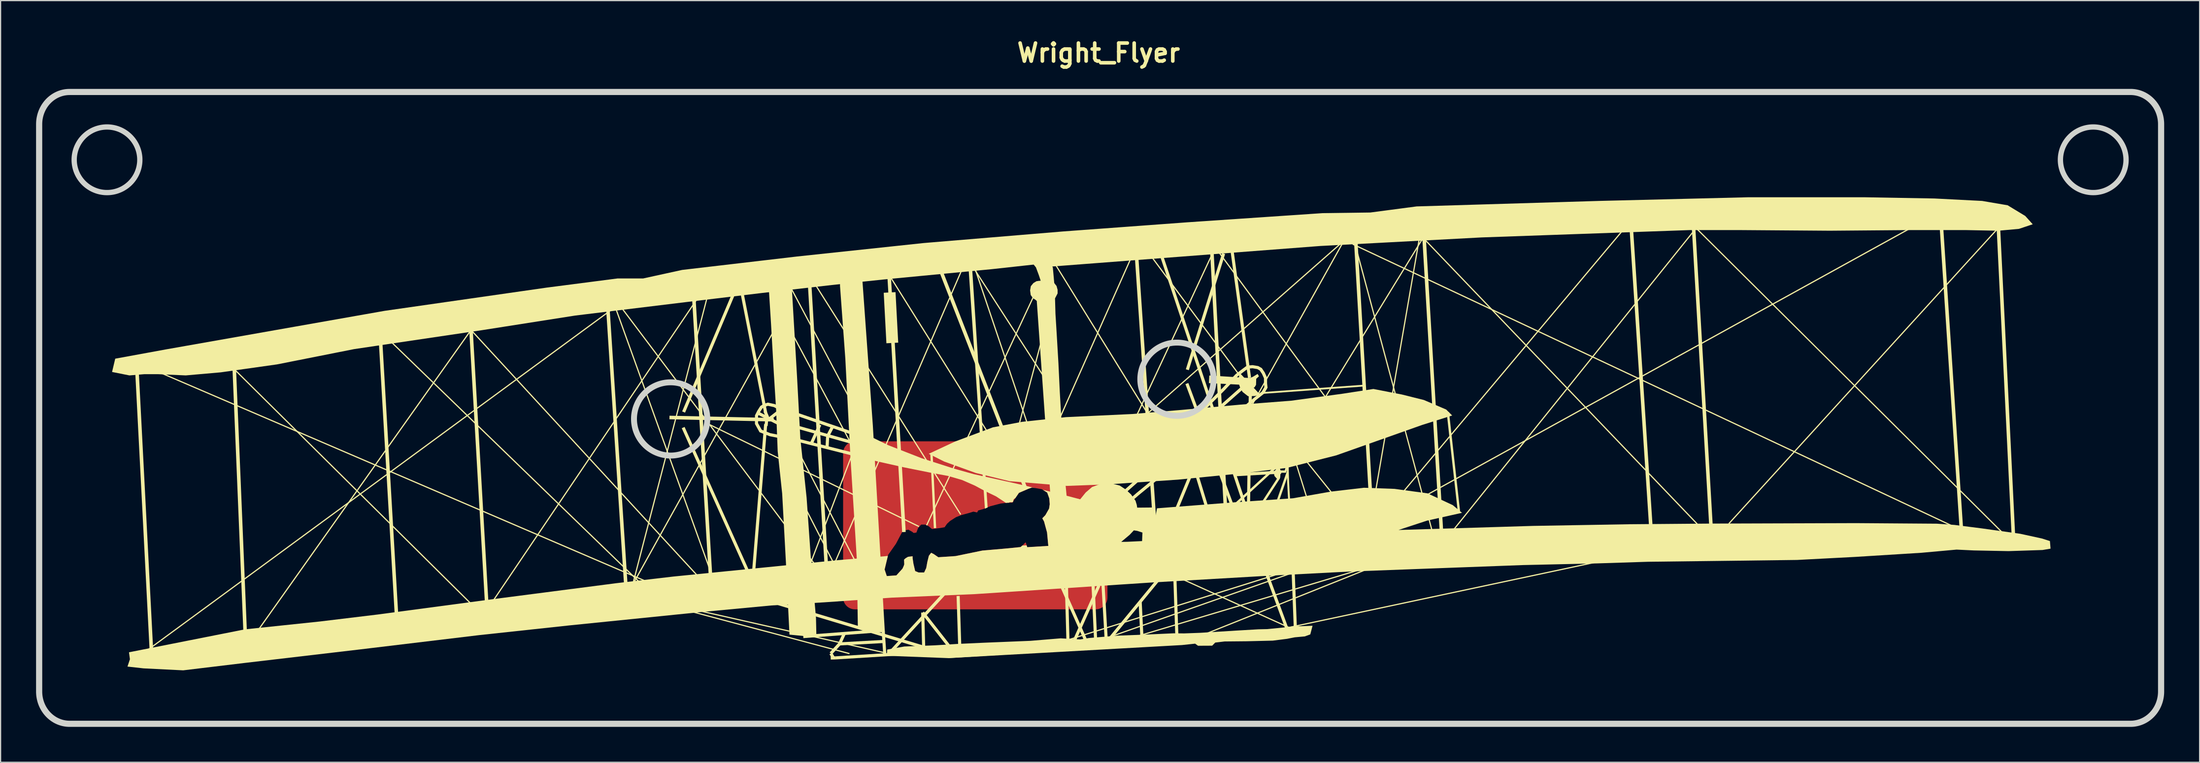
<source format=kicad_pcb>
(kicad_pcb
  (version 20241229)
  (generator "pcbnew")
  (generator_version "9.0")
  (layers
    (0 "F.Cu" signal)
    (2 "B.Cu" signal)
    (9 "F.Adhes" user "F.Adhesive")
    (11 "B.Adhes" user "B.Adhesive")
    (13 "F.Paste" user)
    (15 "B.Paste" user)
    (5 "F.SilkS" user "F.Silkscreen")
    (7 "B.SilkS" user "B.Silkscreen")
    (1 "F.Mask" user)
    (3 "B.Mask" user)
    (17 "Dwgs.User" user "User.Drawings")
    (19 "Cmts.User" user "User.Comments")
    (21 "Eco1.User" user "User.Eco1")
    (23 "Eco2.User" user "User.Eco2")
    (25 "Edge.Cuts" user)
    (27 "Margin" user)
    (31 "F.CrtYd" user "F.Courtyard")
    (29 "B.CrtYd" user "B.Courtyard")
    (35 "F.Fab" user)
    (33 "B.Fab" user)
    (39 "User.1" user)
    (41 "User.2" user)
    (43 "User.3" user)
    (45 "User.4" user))
  (footprint "Wright_Flyer"
    (layer "F.Cu")
    (at 89.87 31.344)
    (property "Reference" "Wright_Flyer" (at 0 -29.918 0) (layer "F.SilkS") (effects (font (size 1.524 1.524) (thickness 0.305))))
    (attr exclude_from_pos_files exclude_from_bom)
    (fp_poly (pts (xy -20.607 2.962) (xy -20.724 2.969) (xy -20.837 2.988) (xy -20.945 3.02) (xy -21.048 3.063) (xy -21.144 3.117) (xy -21.234 3.181) (xy -21.315 3.254) (xy -21.388 3.336) (xy -21.452 3.425) (xy -21.506 3.521) (xy -21.549 3.624) (xy -21.581 3.732) (xy -21.601 3.845) (xy -21.607 3.962) (xy -21.607 16.183) (xy -21.601 16.3) (xy -21.581 16.413) (xy -21.549 16.521) (xy -21.506 16.624) (xy -21.452 16.72) (xy -21.388 16.81) (xy -21.315 16.891) (xy -21.234 16.964) (xy -21.144 17.028) (xy -21.048 17.082) (xy -20.945 17.125) (xy -20.837 17.157) (xy -20.724 17.177) (xy -20.607 17.183) (xy -17.913 17.183) (xy -17.913 14.366) (xy -18.098 13.811) (xy -17.803 12.581) (xy -17.138 11.632) (xy -16.551 10.521) (xy -16.09 10.44) (xy -15.767 10.617) (xy -15.638 10.72) (xy -15.408 10.683) (xy -15.27 10.312) (xy -15.008 10.008) (xy -14.671 10.008) (xy -14.388 10.135) (xy -14.149 10.34) (xy -14.081 10.384) (xy -13.453 10.307) (xy -13.023 10.234) (xy -12.815 9.937) (xy -12.565 9.705) (xy -12.055 9.377) (xy -11.582 9.196) (xy -10.999 9.038) (xy -10.587 8.912) (xy -10.272 8.981) (xy -10.184 8.813) (xy -9.772 8.7) (xy -9.151 8.452) (xy -8.274 8.224) (xy -7.756 8.165) (xy -7.276 8.143) (xy -7.104 7.861) (xy -6.733 7.322) (xy -5.967 6.991) (xy -5.633 6.87) (xy -4.804 7.013) (xy -4.346 7.299) (xy -4.167 7.798) (xy -4.132 8.285) (xy -4.188 8.658) (xy -4.5 9.208) (xy -4.76 9.477) (xy -4.612 9.745) (xy -4.36 10.672) (xy -4.252 11.813) (xy -6.036 11.921) (xy -6.15 11.552) (xy -6.19 11.514) (xy -6.374 11.714) (xy -6.598 11.91) (xy -7.939 12.043) (xy -9.827 12.206) (xy -12.096 12.674) (xy -13.555 12.771) (xy -13.942 12.505) (xy -14.162 12.394) (xy -14.355 12.648) (xy -14.481 13.155) (xy -14.577 13.682) (xy -14.754 14.061) (xy -15.227 14.061) (xy -15.513 13.943) (xy -15.659 13.322) (xy -15.731 12.839) (xy -15.731 12.687) (xy -16.116 12.735) (xy -16.326 12.86) (xy -16.452 12.974) (xy -16.436 13.372) (xy -16.442 13.392) (xy -16.483 13.511) (xy -16.531 13.619) (xy -16.577 13.719) (xy -16.586 13.739) (xy -17.103 14.308) (xy -17.913 14.366) (xy -17.913 17.183) (xy -0.25 17.183) (xy -0.133 17.177) (xy -0.02 17.157) (xy 0.088 17.125) (xy 0.191 17.082) (xy 0.287 17.028) (xy 0.376 16.964) (xy 0.458 16.891) (xy 0.531 16.81) (xy 0.595 16.72) (xy 0.649 16.624) (xy 0.692 16.521) (xy 0.724 16.413) (xy 0.743 16.3) (xy 0.75 16.183) (xy 0.75 3.962) (xy 0.743 3.845) (xy 0.724 3.732) (xy 0.692 3.624) (xy 0.649 3.521) (xy 0.595 3.425) (xy 0.531 3.336) (xy 0.458 3.254) (xy 0.376 3.181) (xy 0.287 3.117) (xy 0.191 3.063) (xy 0.088 3.02) (xy -0.02 2.988) (xy -0.133 2.969) (xy -0.25 2.962) (xy -20.607 2.962)) (stroke (width 0) (type solid)) (fill yes) (layer "F.Cu"))
    (fp_poly (pts (xy -5.633 6.87) (xy -5.967 6.991) (xy -6.733 7.322) (xy -7.104 7.861) (xy -7.276 8.143) (xy -7.756 8.165) (xy -8.274 8.224) (xy -9.151 8.452) (xy -9.772 8.7) (xy -10.184 8.813) (xy -10.272 8.981) (xy -10.587 8.913) (xy -10.999 9.038) (xy -11.582 9.196) (xy -12.055 9.377) (xy -12.565 9.705) (xy -12.815 9.937) (xy -13.023 10.234) (xy -13.453 10.307) (xy -14.081 10.384) (xy -14.149 10.34) (xy -14.388 10.135) (xy -14.671 10.008) (xy -15.008 10.008) (xy -15.27 10.312) (xy -15.408 10.683) (xy -15.638 10.72) (xy -15.767 10.617) (xy -16.09 10.44) (xy -16.551 10.521) (xy -17.138 11.632) (xy -17.803 12.581) (xy -18.098 13.811) (xy -17.913 14.366) (xy -17.103 14.308) (xy -16.586 13.739) (xy -16.577 13.719) (xy -16.531 13.619) (xy -16.483 13.511) (xy -16.442 13.392) (xy -16.436 13.372) (xy -16.452 12.974) (xy -16.326 12.86) (xy -16.116 12.735) (xy -15.731 12.687) (xy -15.731 12.839) (xy -15.659 13.322) (xy -15.513 13.943) (xy -15.227 14.061) (xy -14.754 14.061) (xy -14.577 13.682) (xy -14.481 13.155) (xy -14.355 12.648) (xy -14.162 12.394) (xy -13.942 12.505) (xy -13.555 12.771) (xy -12.096 12.674) (xy -9.827 12.206) (xy -7.939 12.043) (xy -6.598 11.91) (xy -6.374 11.714) (xy -6.19 11.514) (xy -6.15 11.552) (xy -6.036 11.921) (xy -4.252 11.813) (xy -4.36 10.672) (xy -4.612 9.745) (xy -4.76 9.477) (xy -4.5 9.208) (xy -4.188 8.658) (xy -4.132 8.285) (xy -4.167 7.798) (xy -4.346 7.299) (xy -4.804 7.013) (xy -5.633 6.87)) (stroke (width 0) (type solid)) (fill yes) (layer "F.Mask"))
    (fp_poly (pts (xy -22.217 21.289) (xy -11.693 20.634) (xy -22.217 21.289)) (stroke (width 0) (type solid)) (fill yes) (layer "F.SilkS"))
    (fp_poly (pts (xy -81.173 -2.779) (xy -81.475 -2.763) (xy -80.269 20.587) (xy -79.967 20.571) (xy -81.173 -2.779)) (stroke (width 0) (type solid)) (fill yes) (layer "F.SilkS"))
    (fp_poly (pts (xy -79.841 -3.108) (xy -79.88 -3.017) (xy -36.897 15.458) (xy -36.857 15.366) (xy -79.841 -3.108)) (stroke (width 0) (type solid)) (fill yes) (layer "F.SilkS"))
    (fp_poly (pts (xy -73.698 -3.8) (xy -73.768 -3.729) (xy -52.254 17.599) (xy -52.183 17.528) (xy -73.698 -3.8)) (stroke (width 0) (type solid)) (fill yes) (layer "F.SilkS"))
    (fp_poly (pts (xy -72.952 -3.106) (xy -73.252 -3.094) (xy -72.339 19.014) (xy -72.039 19.001) (xy -72.952 -3.106)) (stroke (width 0) (type solid)) (fill yes) (layer "F.SilkS"))
    (fp_poly (pts (xy -60.565 -5.228) (xy -60.865 -5.21) (xy -59.512 18.03) (xy -59.213 18.012) (xy -60.565 -5.228)) (stroke (width 0) (type solid)) (fill yes) (layer "F.SilkS"))
    (fp_poly (pts (xy -60.275 -5.952) (xy -60.344 -5.88) (xy -38.128 15.635) (xy -38.058 15.563) (xy -60.275 -5.952)) (stroke (width 0) (type solid)) (fill yes) (layer "F.SilkS"))
    (fp_poly (pts (xy -53.444 -6.932) (xy -53.518 -6.864) (xy -32.798 15.633) (xy -32.724 15.565) (xy -53.444 -6.932)) (stroke (width 0) (type solid)) (fill yes) (layer "F.SilkS"))
    (fp_poly (pts (xy -52.928 -6.397) (xy -53.228 -6.38) (xy -51.912 16.531) (xy -51.613 16.514) (xy -52.928 -6.397)) (stroke (width 0) (type solid)) (fill yes) (layer "F.SilkS"))
    (fp_poly (pts (xy -52.68 -7.114) (xy -72.137 20.341) (xy -72.055 20.399) (xy -52.598 -7.056) (xy -52.68 -7.114)) (stroke (width 0) (type solid)) (fill yes) (layer "F.SilkS"))
    (fp_poly (pts (xy -41.345 -8.115) (xy -41.644 -8.096) (xy -40.109 15.546) (xy -39.81 15.527) (xy -41.345 -8.115)) (stroke (width 0) (type solid)) (fill yes) (layer "F.SilkS"))
    (fp_poly (pts (xy -41.133 -9.254) (xy -41.227 -9.22) (xy -32.434 15.195) (xy -32.34 15.161) (xy -41.133 -9.254)) (stroke (width 0) (type solid)) (fill yes) (layer "F.SilkS"))
    (fp_poly (pts (xy -40.626 -8.799) (xy -40.705 -8.739) (xy -23.072 14.694) (xy -22.992 14.634) (xy -40.626 -8.799)) (stroke (width 0) (type solid)) (fill yes) (layer "F.SilkS"))
    (fp_poly (pts (xy -40.555 -8.716) (xy -80.685 20.751) (xy -80.626 20.831) (xy -40.496 -8.635) (xy -40.555 -8.716)) (stroke (width 0) (type solid)) (fill yes) (layer "F.SilkS"))
    (fp_poly (pts (xy -36.292 0.793) (xy -36.299 1.093) (xy -27.477 1.286) (xy -27.47 0.986) (xy -36.292 0.793)) (stroke (width 0) (type solid)) (fill yes) (layer "F.SilkS"))
    (fp_poly (pts (xy -36.162 16.861) (xy -36.188 16.957) (xy -21.081 20.979) (xy -21.055 20.883) (xy -36.162 16.861)) (stroke (width 0) (type solid)) (fill yes) (layer "F.SilkS"))
    (fp_poly (pts (xy -35.509 16.86) (xy -35.532 16.957) (xy -18.179 20.886) (xy -18.157 20.789) (xy -35.509 16.86)) (stroke (width 0) (type solid)) (fill yes) (layer "F.SilkS"))
    (fp_poly (pts (xy -35.016 1.742) (xy -35.257 1.851) (xy -29.374 14.969) (xy -29.132 14.861) (xy -35.016 1.742)) (stroke (width 0) (type solid)) (fill yes) (layer "F.SilkS"))
    (fp_poly (pts (xy -34.073 -8.955) (xy -34.372 -8.937) (xy -32.984 14.193) (xy -32.685 14.175) (xy -34.073 -8.955)) (stroke (width 0) (type solid)) (fill yes) (layer "F.SilkS"))
    (fp_poly (pts (xy -33.27 -10.2) (xy -51.651 17.021) (xy -51.569 17.077) (xy -33.187 -10.144) (xy -33.27 -10.2)) (stroke (width 0) (type solid)) (fill yes) (layer "F.SilkS"))
    (fp_poly (pts (xy -33.095 1.396) (xy -33.138 1.486) (xy -15.213 10.217) (xy -15.169 10.127) (xy -33.095 1.396)) (stroke (width 0) (type solid)) (fill yes) (layer "F.SilkS"))
    (fp_poly (pts (xy -32.996 -9.857) (xy -39.685 15.961) (xy -39.588 15.986) (xy -32.9 -9.832) (xy -32.996 -9.857)) (stroke (width 0) (type solid)) (fill yes) (layer "F.SilkS"))
    (fp_poly (pts (xy -31.056 -9.436) (xy -35.222 0.43) (xy -34.978 0.533) (xy -30.812 -9.333) (xy -31.056 -9.436)) (stroke (width 0) (type solid)) (fill yes) (layer "F.SilkS"))
    (fp_poly (pts (xy -30.001 -9.483) (xy -30.26 -9.432) (xy -28.287 0.58) (xy -28.028 0.529) (xy -30.001 -9.483)) (stroke (width 0) (type solid)) (fill yes) (layer "F.SilkS"))
    (fp_poly (pts (xy -28.757 0.446) (xy -28.877 0.682) (xy -27.058 1.608) (xy -26.938 1.372) (xy -28.757 0.446)) (stroke (width 0) (type solid)) (fill yes) (layer "F.SilkS"))
    (fp_poly (pts (xy -28.289 1.494) (xy -29.385 14.904) (xy -29.122 14.926) (xy -28.025 1.515) (xy -28.289 1.494)) (stroke (width 0) (type solid)) (fill yes) (layer "F.SilkS"))
    (fp_poly (pts (xy -28.188 0.916) (xy -28.254 1.644) (xy -27.991 1.667) (xy -27.925 0.94) (xy -28.188 0.916)) (stroke (width 0) (type solid)) (fill yes) (layer "F.SilkS"))
    (fp_poly (pts (xy -28.1 0.347) (xy -28.344 0.45) (xy -28.063 1.112) (xy -27.819 1.009) (xy -28.1 0.347)) (stroke (width 0) (type solid)) (fill yes) (layer "F.SilkS"))
    (fp_poly (pts (xy -27.853 16.329) (xy -27.929 16.582) (xy -14.601 20.584) (xy -14.525 20.331) (xy -27.853 16.329)) (stroke (width 0) (type solid)) (fill yes) (layer "F.SilkS"))
    (fp_poly (pts (xy -27.096 0.311) (xy -27.972 0.989) (xy -27.81 1.198) (xy -26.934 0.52) (xy -27.096 0.311)) (stroke (width 0) (type solid)) (fill yes) (layer "F.SilkS"))
    (fp_poly (pts (xy -26.631 -7.998) (xy -40.148 16.323) (xy -40.06 16.372) (xy -26.543 -7.95) (xy -26.631 -7.998)) (stroke (width 0) (type solid)) (fill yes) (layer "F.SilkS"))
    (fp_poly (pts (xy -26.194 -10.456) (xy -26.281 -10.409) (xy -20.824 -0.124) (xy -20.737 -0.17) (xy -26.194 -10.456)) (stroke (width 0) (type solid)) (fill yes) (layer "F.SilkS"))
    (fp_poly (pts (xy -25.995 -6.421) (xy -26.083 -6.374) (xy -20.659 3.779) (xy -20.571 3.732) (xy -25.995 -6.421)) (stroke (width 0) (type solid)) (fill yes) (layer "F.SilkS"))
    (fp_poly (pts (xy -25.573 1.594) (xy -25.645 1.849) (xy -20.452 3.305) (xy -20.381 3.049) (xy -25.573 1.594)) (stroke (width 0) (type solid)) (fill yes) (layer "F.SilkS"))
    (fp_poly (pts (xy -25.399 3.7) (xy -25.488 3.745) (xy -20.23 13.899) (xy -20.141 13.853) (xy -25.399 3.7)) (stroke (width 0) (type solid)) (fill yes) (layer "F.SilkS"))
    (fp_poly (pts (xy -25.036 8.032) (xy -25.124 8.078) (xy -21.718 14.726) (xy -21.629 14.68) (xy -25.036 8.032)) (stroke (width 0) (type solid)) (fill yes) (layer "F.SilkS"))
    (fp_poly (pts (xy -24.393 -11.087) (xy -24.478 -11.034) (xy -11.709 9.171) (xy -11.624 9.118) (xy -24.393 -11.087)) (stroke (width 0) (type solid)) (fill yes) (layer "F.SilkS"))
    (fp_poly (pts (xy -24.28 -10.161) (xy -24.58 -10.143) (xy -23.154 13.901) (xy -22.855 13.883) (xy -24.28 -10.161)) (stroke (width 0) (type solid)) (fill yes) (layer "F.SilkS"))
    (fp_poly (pts (xy -23.696 1.502) (xy -24.407 3.073) (xy -24.166 3.182) (xy -23.455 1.611) (xy -23.696 1.502)) (stroke (width 0) (type solid)) (fill yes) (layer "F.SilkS"))
    (fp_poly (pts (xy -22.536 20.846) (xy -22.763 20.984) (xy -22.546 21.34) (xy -22.32 21.203) (xy -22.536 20.846)) (stroke (width 0) (type solid)) (fill yes) (layer "F.SilkS"))
    (fp_poly (pts (xy -22.221 21.157) (xy -22.659 21.169) (xy -22.652 21.433) (xy -22.213 21.421) (xy -22.221 21.157)) (stroke (width 0) (type solid)) (fill yes) (layer "F.SilkS"))
    (fp_poly (pts (xy -22.005 20.018) (xy -22.747 20.825) (xy -22.552 21.004) (xy -21.81 20.198) (xy -22.005 20.018)) (stroke (width 0) (type solid)) (fill yes) (layer "F.SilkS"))
    (fp_poly (pts (xy -20.595 3.275) (xy -24.597 13.759) (xy -24.504 13.795) (xy -20.502 3.311) (xy -20.595 3.275)) (stroke (width 0) (type solid)) (fill yes) (layer "F.SilkS"))
    (fp_poly (pts (xy -18.228 18.842) (xy -24.986 19.356) (xy -24.967 19.62) (xy -18.208 19.106) (xy -18.228 18.842)) (stroke (width 0) (type solid)) (fill yes) (layer "F.SilkS"))
    (fp_poly (pts (xy -18.086 18.965) (xy -18.35 18.983) (xy -18.217 20.98) (xy -17.953 20.963) (xy -18.086 18.965)) (stroke (width 0) (type solid)) (fill yes) (layer "F.SilkS"))
    (fp_poly (pts (xy -17.695 -11.187) (xy -17.78 -11.134) (xy -8.884 3.088) (xy -8.799 3.035) (xy -17.695 -11.187)) (stroke (width 0) (type solid)) (fill yes) (layer "F.SilkS"))
    (fp_poly (pts (xy -17.557 -10.892) (xy -17.856 -10.874) (xy -16.614 10.648) (xy -16.314 10.631) (xy -17.557 -10.892)) (stroke (width 0) (type solid)) (fill yes) (layer "F.SilkS"))
    (fp_poly (pts (xy -17.175 -9.667) (xy -18.173 -9.614) (xy -17.946 -5.339) (xy -16.947 -5.392) (xy -17.175 -9.667)) (stroke (width 0) (type solid)) (fill yes) (layer "F.SilkS"))
    (fp_poly (pts (xy -14.769 17.372) (xy -14.978 17.535) (xy -12.429 20.786) (xy -12.221 20.623) (xy -14.769 17.372)) (stroke (width 0) (type solid)) (fill yes) (layer "F.SilkS"))
    (fp_poly (pts (xy -14.742 17.45) (xy -15.006 17.457) (xy -14.913 20.872) (xy -14.648 20.865) (xy -14.742 17.45)) (stroke (width 0) (type solid)) (fill yes) (layer "F.SilkS"))
    (fp_poly (pts (xy -14.033 4.016) (xy -14.233 4.025) (xy -13.935 10.309) (xy -13.735 10.299) (xy -14.033 4.016)) (stroke (width 0) (type solid)) (fill yes) (layer "F.SilkS"))
    (fp_poly (pts (xy -13.194 15.821) (xy -17.871 20.895) (xy -17.676 21.075) (xy -12.999 16) (xy -13.194 15.821)) (stroke (width 0) (type solid)) (fill yes) (layer "F.SilkS"))
    (fp_poly (pts (xy -13.145 -11.376) (xy -13.425 -11.267) (xy -6.373 6.857) (xy -6.093 6.748) (xy -13.145 -11.376)) (stroke (width 0) (type solid)) (fill yes) (layer "F.SilkS"))
    (fp_poly (pts (xy -11.981 20.806) (xy -15.251 20.876) (xy -15.245 21.141) (xy -11.976 21.071) (xy -11.981 20.806)) (stroke (width 0) (type solid)) (fill yes) (layer "F.SilkS"))
    (fp_poly (pts (xy -11.748 16.046) (xy -12.012 16.055) (xy -11.849 21.106) (xy -11.585 21.098) (xy -11.748 16.046)) (stroke (width 0) (type solid)) (fill yes) (layer "F.SilkS"))
    (fp_poly (pts (xy -11.701 20.502) (xy -22.225 21.157) (xy -22.209 21.421) (xy -11.685 20.767) (xy -11.701 20.502)) (stroke (width 0) (type solid)) (fill yes) (layer "F.SilkS"))
    (fp_poly (pts (xy -11.339 -12.203) (xy -22.751 14.13) (xy -22.659 14.169) (xy -11.247 -12.163) (xy -11.339 -12.203)) (stroke (width 0) (type solid)) (fill yes) (layer "F.SilkS"))
    (fp_poly (pts (xy -10.687 -11.55) (xy -10.987 -11.531) (xy -9.614 8.661) (xy -9.385 8.56) (xy -10.687 -11.55)) (stroke (width 0) (type solid)) (fill yes) (layer "F.SilkS"))
    (fp_poly (pts (xy -10.684 -11.981) (xy -10.768 -11.927) (xy -4.385 -2.038) (xy -4.301 -2.092) (xy -10.684 -11.981)) (stroke (width 0) (type solid)) (fill yes) (layer "F.SilkS"))
    (fp_poly (pts (xy -10.613 -12.301) (xy -10.708 -12.269) (xy -5.945 1.853) (xy -5.85 1.821) (xy -10.613 -12.301)) (stroke (width 0) (type solid)) (fill yes) (layer "F.SilkS"))
    (fp_poly (pts (xy -5.444 -9.539) (xy -14.589 10.047) (xy -14.498 10.09) (xy -5.354 -9.496) (xy -5.444 -9.539)) (stroke (width 0) (type solid)) (fill yes) (layer "F.SilkS"))
    (fp_poly (pts (xy -4.59 -6.642) (xy -7.004 2.387) (xy -6.908 2.413) (xy -4.494 -6.616) (xy -4.59 -6.642)) (stroke (width 0) (type solid)) (fill yes) (layer "F.SilkS"))
    (fp_poly (pts (xy -4.094 -12.817) (xy -4.179 -12.765) (xy 4.754 1.688) (xy 4.84 1.635) (xy -4.094 -12.817)) (stroke (width 0) (type solid)) (fill yes) (layer "F.SilkS"))
    (fp_poly (pts (xy -2.945 15.296) (xy -3.187 15.403) (xy -1.153 19.984) (xy -0.911 19.876) (xy -2.945 15.296)) (stroke (width 0) (type solid)) (fill yes) (layer "F.SilkS"))
    (fp_poly (pts (xy -2.586 15.18) (xy -2.851 15.188) (xy -2.718 20) (xy -2.454 19.992) (xy -2.586 15.18)) (stroke (width 0) (type solid)) (fill yes) (layer "F.SilkS"))
    (fp_poly (pts (xy -0.337 15.045) (xy -0.602 15.058) (xy -0.387 19.721) (xy -0.122 19.709) (xy -0.337 15.045)) (stroke (width 0) (type solid)) (fill yes) (layer "F.SilkS"))
    (fp_poly (pts (xy -0.094 15.114) (xy -2.376 20.24) (xy -2.135 20.347) (xy 0.148 15.221) (xy -0.094 15.114)) (stroke (width 0) (type solid)) (fill yes) (layer "F.SilkS"))
    (fp_poly (pts (xy 0.506 15.06) (xy 0.242 15.076) (xy 0.523 19.938) (xy 0.787 19.922) (xy 0.506 15.06)) (stroke (width 0) (type solid)) (fill yes) (layer "F.SilkS"))
    (fp_poly (pts (xy 2.927 -13.092) (xy -3.621 1.641) (xy -3.529 1.681) (xy 3.019 -13.052) (xy 2.927 -13.092)) (stroke (width 0) (type solid)) (fill yes) (layer "F.SilkS"))
    (fp_poly (pts (xy 3.381 -12.428) (xy 3.082 -12.408) (xy 4.763 12.367) (xy 5.062 12.347) (xy 3.381 -12.428)) (stroke (width 0) (type solid)) (fill yes) (layer "F.SilkS"))
    (fp_poly (pts (xy 3.648 16.517) (xy 3.383 16.53) (xy 3.565 20.218) (xy 3.83 20.204) (xy 3.648 16.517)) (stroke (width 0) (type solid)) (fill yes) (layer "F.SilkS"))
    (fp_poly (pts (xy 4.323 -12.962) (xy 4.242 -12.902) (xy 12.427 -1.864) (xy 12.508 -1.923) (xy 4.323 -12.962)) (stroke (width 0) (type solid)) (fill yes) (layer "F.SilkS"))
    (fp_poly (pts (xy 4.869 14.687) (xy 0.305 20.243) (xy 0.509 20.41) (xy 5.073 14.854) (xy 4.869 14.687)) (stroke (width 0) (type solid)) (fill yes) (layer "F.SilkS"))
    (fp_poly (pts (xy 5.476 -12.715) (xy 5.225 -12.631) (xy 13.154 11.12) (xy 13.406 11.036) (xy 5.476 -12.715)) (stroke (width 0) (type solid)) (fill yes) (layer "F.SilkS"))
    (fp_poly (pts (xy 6.592 14.683) (xy 6.327 14.692) (xy 6.509 20.017) (xy 6.773 20.008) (xy 6.592 14.683)) (stroke (width 0) (type solid)) (fill yes) (layer "F.SilkS"))
    (fp_poly (pts (xy 6.757 14.426) (xy 6.716 14.517) (xy 16.637 19.015) (xy 16.679 18.924) (xy 6.757 14.426)) (stroke (width 0) (type solid)) (fill yes) (layer "F.SilkS"))
    (fp_poly (pts (xy 7.594 -1.976) (xy 7.346 -1.884) (xy 12.498 12.001) (xy 12.746 11.909) (xy 7.594 -1.976)) (stroke (width 0) (type solid)) (fill yes) (layer "F.SilkS"))
    (fp_poly (pts (xy 7.639 5.822) (xy 6.118 9.526) (xy 6.363 9.627) (xy 7.884 5.923) (xy 7.639 5.822)) (stroke (width 0) (type solid)) (fill yes) (layer "F.SilkS"))
    (fp_poly (pts (xy 8.434 5.751) (xy 8.181 5.828) (xy 9.04 8.64) (xy 9.294 8.562) (xy 8.434 5.751)) (stroke (width 0) (type solid)) (fill yes) (layer "F.SilkS"))
    (fp_poly (pts (xy 9.739 -12.974) (xy 9.44 -12.958) (xy 10.718 11.159) (xy 11.018 11.143) (xy 9.739 -12.974)) (stroke (width 0) (type solid)) (fill yes) (layer "F.SilkS"))
    (fp_poly (pts (xy 9.803 -13.421) (xy 2.413 2.388) (xy 2.504 2.431) (xy 9.894 -13.378) (xy 9.803 -13.421)) (stroke (width 0) (type solid)) (fill yes) (layer "F.SilkS"))
    (fp_poly (pts (xy 9.889 -13.522) (xy 9.808 -13.463) (xy 20.425 0.989) (xy 20.506 0.93) (xy 9.889 -13.522)) (stroke (width 0) (type solid)) (fill yes) (layer "F.SilkS"))
    (fp_poly (pts (xy 10.45 -12.968) (xy 7.381 -3.139) (xy 7.633 -3.06) (xy 10.702 -12.89) (xy 10.45 -12.968)) (stroke (width 0) (type solid)) (fill yes) (layer "F.SilkS"))
    (fp_poly (pts (xy 11.438 -13.057) (xy 11.176 -13.021) (xy 12.638 -2.388) (xy 12.9 -2.423) (xy 11.438 -13.057)) (stroke (width 0) (type solid)) (fill yes) (layer "F.SilkS"))
    (fp_poly (pts (xy 12.71 -1.567) (xy 12.49 11.953) (xy 12.754 11.957) (xy 12.974 -1.563) (xy 12.71 -1.567)) (stroke (width 0) (type solid)) (fill yes) (layer "F.SilkS"))
    (fp_poly (pts (xy 14.372 14.212) (xy 14.124 14.304) (xy 15.976 19.331) (xy 16.224 19.239) (xy 14.372 14.212)) (stroke (width 0) (type solid)) (fill yes) (layer "F.SilkS"))
    (fp_poly (pts (xy 14.926 5.072) (xy 11.546 8.182) (xy 11.682 8.33) (xy 15.061 5.219) (xy 14.926 5.072)) (stroke (width 0) (type solid)) (fill yes) (layer "F.SilkS"))
    (fp_poly (pts (xy 14.98 5.458) (xy 11.519 5.657) (xy 11.534 5.921) (xy 14.995 5.722) (xy 14.98 5.458)) (stroke (width 0) (type solid)) (fill yes) (layer "F.SilkS"))
    (fp_poly (pts (xy 15.167 6.003) (xy 13.764 8.155) (xy 13.931 8.264) (xy 15.335 6.113) (xy 15.167 6.003)) (stroke (width 0) (type solid)) (fill yes) (layer "F.SilkS"))
    (fp_poly (pts (xy 15.305 5.42) (xy 15.302 5.62) (xy 15.817 5.626) (xy 15.819 5.426) (xy 15.305 5.42)) (stroke (width 0) (type solid)) (fill yes) (layer "F.SilkS"))
    (fp_poly (pts (xy 15.844 5.054) (xy 15.703 5.569) (xy 15.862 5.612) (xy 16.003 5.097) (xy 15.844 5.054)) (stroke (width 0) (type solid)) (fill yes) (layer "F.SilkS"))
    (fp_poly (pts (xy 15.905 5.557) (xy 15.016 8.106) (xy 15.205 8.172) (xy 16.093 5.623) (xy 15.905 5.557)) (stroke (width 0) (type solid)) (fill yes) (layer "F.SilkS"))
    (fp_poly (pts (xy 16.596 14.153) (xy 16.332 14.164) (xy 16.513 18.877) (xy 16.778 18.866) (xy 16.596 14.153)) (stroke (width 0) (type solid)) (fill yes) (layer "F.SilkS"))
    (fp_poly (pts (xy 16.722 4.716) (xy 16.627 4.746) (xy 17.636 7.971) (xy 17.731 7.941) (xy 16.722 4.716)) (stroke (width 0) (type solid)) (fill yes) (layer "F.SilkS"))
    (fp_poly (pts (xy 17.408 4.353) (xy 17.33 4.416) (xy 19.877 7.591) (xy 19.954 7.528) (xy 17.408 4.353)) (stroke (width 0) (type solid)) (fill yes) (layer "F.SilkS"))
    (fp_poly (pts (xy 17.668 13.365) (xy -2.903 19.815) (xy -2.873 19.91) (xy 17.698 13.46) (xy 17.668 13.365)) (stroke (width 0) (type solid)) (fill yes) (layer "F.SilkS"))
    (fp_poly (pts (xy 18.593 13.267) (xy 0.7 19.551) (xy 0.734 19.645) (xy 18.626 13.361) (xy 18.593 13.267)) (stroke (width 0) (type solid)) (fill yes) (layer "F.SilkS"))
    (fp_poly (pts (xy 20.76 -14.092) (xy 2.799 1.717) (xy 2.866 1.793) (xy 20.826 -14.017) (xy 20.76 -14.092)) (stroke (width 0) (type solid)) (fill yes) (layer "F.SilkS"))
    (fp_poly (pts (xy 20.936 -14.453) (xy 12.518 0.608) (xy 12.605 0.657) (xy 21.024 -14.404) (xy 20.936 -14.453)) (stroke (width 0) (type solid)) (fill yes) (layer "F.SilkS"))
    (fp_poly (pts (xy 21.403 -15.003) (xy 21.306 -14.977) (xy 28.556 12.011) (xy 28.652 11.985) (xy 21.403 -15.003)) (stroke (width 0) (type solid)) (fill yes) (layer "F.SilkS"))
    (fp_poly (pts (xy 21.516 -13.772) (xy 21.473 -13.682) (xy 72.595 10.359) (xy 72.638 10.269) (xy 21.516 -13.772)) (stroke (width 0) (type solid)) (fill yes) (layer "F.SilkS"))
    (fp_poly (pts (xy 21.907 -13.924) (xy 21.608 -13.907) (xy 23.07 11.306) (xy 23.369 11.289) (xy 21.907 -13.924)) (stroke (width 0) (type solid)) (fill yes) (layer "F.SilkS"))
    (fp_poly (pts (xy 22.035 13.795) (xy 2.687 19.583) (xy 2.716 19.679) (xy 22.063 13.891) (xy 22.035 13.795)) (stroke (width 0) (type solid)) (fill yes) (layer "F.SilkS"))
    (fp_poly (pts (xy 22.374 -1.826) (xy 13.957 -1.214) (xy 13.968 -1.064) (xy 22.385 -1.676) (xy 22.374 -1.826)) (stroke (width 0) (type solid)) (fill yes) (layer "F.SilkS"))
    (fp_poly (pts (xy 22.626 13.763) (xy 8.437 19.452) (xy 8.475 19.545) (xy 22.663 13.856) (xy 22.626 13.763)) (stroke (width 0) (type solid)) (fill yes) (layer "F.SilkS"))
    (fp_poly (pts (xy 27.199 -14.905) (xy 23.036 9.183) (xy 23.134 9.2) (xy 27.297 -14.888) (xy 27.199 -14.905)) (stroke (width 0) (type solid)) (fill yes) (layer "F.SilkS"))
    (fp_poly (pts (xy 27.237 -14.556) (xy 27.165 -14.487) (xy 51.299 10.723) (xy 51.371 10.653) (xy 27.237 -14.556)) (stroke (width 0) (type solid)) (fill yes) (layer "F.SilkS"))
    (fp_poly (pts (xy 27.681 -14.29) (xy 27.381 -14.272) (xy 28.843 10.502) (xy 29.143 10.484) (xy 27.681 -14.29)) (stroke (width 0) (type solid)) (fill yes) (layer "F.SilkS"))
    (fp_poly (pts (xy 27.907 -15.109) (xy 18.131 0.84) (xy 18.217 0.892) (xy 27.992 -15.057) (xy 27.907 -15.109)) (stroke (width 0) (type solid)) (fill yes) (layer "F.SilkS"))
    (fp_poly (pts (xy 29.639 0.481) (xy 29.44 0.503) (xy 30.376 8.875) (xy 30.575 8.853) (xy 29.639 0.481)) (stroke (width 0) (type solid)) (fill yes) (layer "F.SilkS"))
    (fp_poly (pts (xy 42.813 12.978) (xy 16.012 18.684) (xy 16.033 18.782) (xy 42.833 13.076) (xy 42.813 12.978)) (stroke (width 0) (type solid)) (fill yes) (layer "F.SilkS"))
    (fp_poly (pts (xy 45.22 -14.876) (xy 44.921 -14.856) (xy 46.602 10.796) (xy 46.901 10.776) (xy 45.22 -14.876)) (stroke (width 0) (type solid)) (fill yes) (layer "F.SilkS"))
    (fp_poly (pts (xy 45.357 -16.191) (xy 24.871 8.224) (xy 24.948 8.288) (xy 45.434 -16.127) (xy 45.357 -16.191)) (stroke (width 0) (type solid)) (fill yes) (layer "F.SilkS"))
    (fp_poly (pts (xy 50.014 -15.68) (xy 49.944 -15.609) (xy 77.025 11.332) (xy 77.095 11.261) (xy 50.014 -15.68)) (stroke (width 0) (type solid)) (fill yes) (layer "F.SilkS"))
    (fp_poly (pts (xy 50.482 -15.021) (xy 50.183 -15.003) (xy 51.645 10.064) (xy 51.944 10.046) (xy 50.482 -15.021)) (stroke (width 0) (type solid)) (fill yes) (layer "F.SilkS"))
    (fp_poly (pts (xy 50.876 -15.582) (xy 29.641 10.844) (xy 29.719 10.907) (xy 50.953 -15.52) (xy 50.876 -15.582)) (stroke (width 0) (type solid)) (fill yes) (layer "F.SilkS"))
    (fp_poly (pts (xy 69.412 -15.548) (xy 26.194 8.306) (xy 26.243 8.394) (xy 69.461 -15.46) (xy 69.412 -15.548)) (stroke (width 0) (type solid)) (fill yes) (layer "F.SilkS"))
    (fp_poly (pts (xy 71.383 -16.045) (xy 71.084 -16.025) (xy 72.838 10.576) (xy 73.137 10.557) (xy 71.383 -16.045)) (stroke (width 0) (type solid)) (fill yes) (layer "F.SilkS"))
    (fp_poly (pts (xy 76.135 -15.211) (xy 53.263 9.906) (xy 53.337 9.973) (xy 76.208 -15.143) (xy 76.135 -15.211)) (stroke (width 0) (type solid)) (fill yes) (layer "F.SilkS"))
    (fp_poly (pts (xy 76.263 -15.023) (xy 75.963 -15.009) (xy 77.223 10.866) (xy 77.523 10.851) (xy 76.263 -15.023)) (stroke (width 0) (type solid)) (fill yes) (layer "F.SilkS"))
    (fp_poly (pts (xy -22.618 1.661) (xy -23.044 2.48) (xy -23.096 3.434) (xy -22.831 3.449) (xy -22.783 2.551) (xy -22.383 1.783) (xy -22.618 1.661)) (stroke (width 0) (type solid)) (fill yes) (layer "F.SilkS"))
    (fp_poly (pts (xy -21.657 19.246) (xy -22.119 20.252) (xy -18.074 20.029) (xy -18.088 19.764) (xy -21.696 19.964) (xy -21.417 19.357) (xy -21.657 19.246)) (stroke (width 0) (type solid)) (fill yes) (layer "F.SilkS"))
    (fp_poly (pts (xy 7.063 19.815) (xy 0.713 20.211) (xy -12.723 21.046) (xy -12.706 21.311) (xy 0.729 20.476) (xy 7.079 20.079) (xy 7.063 19.815)) (stroke (width 0) (type solid)) (fill yes) (layer "F.SilkS"))
    (fp_poly (pts (xy -20.086 -12.194) (xy -20.249 -12.138) (xy -20.803 -11.945) (xy -21.885 -11.566) (xy -21.868 -10.161) (xy -21.421 -4.04) (xy -20.991 4.245) (xy -20.446 12.973) (xy -20.361 18.772) (xy -19.493 19.036) (xy -18.077 19.114) (xy -19.092 1.636) (xy -20.086 -12.194)) (stroke (width 0) (type solid)) (fill yes) (layer "F.SilkS"))
    (fp_poly (pts (xy 15.087 6.134) (xy 14.876 5.894) (xy 14.841 5.73) (xy 14.906 5.45) (xy 15.163 5.14) (xy 15.327 5.216) (xy 15.408 5.467) (xy 15.467 5.649) (xy 15.379 5.748) (xy 15.362 6.04) (xy 15.28 6.192) (xy 15.093 6.151) (xy 15.087 6.134)) (stroke (width 0) (type solid)) (fill yes) (layer "F.SilkS"))
    (fp_poly (pts (xy -27.937 -11.076) (xy -26.944 -11.241) (xy -26.151 -11.258) (xy -26.084 -10.133) (xy -25.638 -2.527) (xy -25.357 2.732) (xy -24.828 7.742) (xy -24.447 13.166) (xy -24.034 17.912) (xy -24.001 19.401) (xy -26.018 19.202) (xy -26.316 13.15) (xy -26.63 7.379) (xy -27.011 3.785) (xy -27.14 0.323) (xy -27.339 -2.845) (xy -27.572 -6.985) (xy -27.795 -10.528) (xy -27.937 -11.076)) (stroke (width 0) (type solid)) (fill yes) (layer "F.SilkS"))
    (fp_poly (pts (xy -14.062 4.022) (xy -12.078 3.096) (xy -8.903 1.905) (xy -6.456 1.442) (xy -2.752 1.045) (xy 2.871 0.781) (xy 6.84 0.45) (xy 11.999 -0.013) (xy 16.298 -0.344) (xy 20.664 -0.939) (xy 23.244 -1.336) (xy 25.625 -0.873) (xy 27.477 -0.41) (xy 29.329 0.384) (xy 29.66 0.714) (xy 27.345 1.442) (xy 20.069 4.022) (xy 15.902 5.08) (xy 12.065 5.543) (xy 6.707 6.072) (xy 0.82 6.469) (xy -2.685 6.601) (xy -7.514 6.205) (xy -10.358 5.51) (xy -13.004 4.551) (xy -14.062 4.022)) (stroke (width 0) (type solid)) (fill yes) (layer "F.SilkS"))
    (fp_poly (pts (xy 11.945 -2.826) (xy 11.914 -2.692) (xy 11.89 -2.569) (xy 11.872 -2.455) (xy 9.365 -2.611) (xy 9.332 -1.966) (xy 11.889 -1.837) (xy 11.962 -1.619) (xy 11.978 -1.588) (xy 0.696 8.384) (xy 0.871 8.583) (xy 12.107 -1.349) (xy 12.177 -1.222) (xy 12.64 -0.858) (xy 13.235 -0.875) (xy 13.648 -1.007) (xy 13.115 -1.577) (xy 13.185 -1.602) (xy 13.318 -1.817) (xy 13.334 -2.33) (xy 13.566 -2.545) (xy 13.45 -2.743) (xy 13.07 -2.512) (xy 12.822 -2.396) (xy 12.318 -2.427) (xy 11.945 -2.826)) (stroke (width 0) (type solid)) (fill yes) (layer "F.SilkS"))
    (fp_poly (pts (xy -27.982 -0.317) (xy -28.38 -0.184) (xy -28.394 -0.174) (xy -28.616 -0.026) (xy -28.866 0.367) (xy -29.065 0.765) (xy -29.065 1.491) (xy -28.679 2.191) (xy -27.829 2.527) (xy -25.622 2.959) (xy -20.817 4.172) (xy -20.817 3.899) (xy -25.564 2.7) (xy -27.755 2.272) (xy -28.493 1.98) (xy -28.801 1.423) (xy -28.801 0.827) (xy -28.636 0.497) (xy -28.423 0.163) (xy -28.263 0.056) (xy -27.966 -0.043) (xy -27.473 0.061) (xy -27.067 0.273) (xy -20.845 2.412) (xy -20.817 3.899) (xy -20.817 4.172) (xy -20.546 4.24) (xy -20.584 2.222) (xy -26.963 0.029) (xy -27.383 -0.19) (xy -27.982 -0.317)) (stroke (width 0) (type solid)) (fill yes) (layer "F.SilkS"))
    (fp_poly (pts (xy -19.249 2.577) (xy -19.14 3.881) (xy -19.156 3.877) (xy -19.088 4.576) (xy -16.521 5.151) (xy -14.303 5.598) (xy -12.712 5.895) (xy -11.537 6.238) (xy -10.474 6.704) (xy -9.591 7.178) (xy -8.675 7.62) (xy -8.085 8.007) (xy -7.835 8.174) (xy -7.756 8.165) (xy -7.559 8.155) (xy -7.529 8.117) (xy -7.391 8.118) (xy -7.254 8.106) (xy -7.241 8.084) (xy -7.191 7.89) (xy -7.087 7.789) (xy -7.061 7.798) (xy -6.733 7.322) (xy -5.967 6.991) (xy -5.633 6.87) (xy -5.368 6.916) (xy -6.947 6.539) (xy -10.566 5.737) (xy -12.271 5.259) (xy -14.961 4.393) (xy -17.788 3.289) (xy -19.249 2.577)) (stroke (width 0) (type solid)) (fill yes) (layer "F.SilkS"))
    (fp_poly (pts (xy -2.834 7.607) (xy -3.967 7.205) (xy -4.113 5.085) (xy -5.1 -8.983) (xy -5.258 -9.125) (xy -5.458 -9.254) (xy -5.613 -9.474) (xy -5.659 -9.816) (xy -5.607 -10.113) (xy -5.426 -10.333) (xy -5.213 -10.462) (xy -5.006 -10.494) (xy -4.793 -10.494) (xy -4.774 -10.681) (xy -4.935 -11.166) (xy -5.181 -11.825) (xy -5.336 -12.019) (xy -4.057 -11.844) (xy -3.999 -11.715) (xy -3.927 -10.946) (xy -3.882 -10.43) (xy -3.837 -10.333) (xy -3.676 -10.126) (xy -3.598 -9.848) (xy -3.598 -9.59) (xy -3.695 -9.402) (xy -3.818 -9.17) (xy -3.779 -7.833) (xy -3.682 -6.257) (xy -3.527 -3.628) (xy -3.411 -1.186) (xy -3.217 2.141) (xy -3.03 5.545) (xy -2.834 7.607)) (stroke (width 0) (type solid)) (fill yes) (layer "F.SilkS"))
    (fp_poly (pts (xy 14.281 18.987) (xy 15.951 18.822) (xy 16.487 18.74) (xy 17.183 18.74) (xy 17.925 18.711) (xy 17.797 19.202) (xy 17.417 19.342) (xy 16.575 19.418) (xy 15.92 19.547) (xy 14.727 19.699) (xy 12.529 19.751) (xy 10.646 19.769) (xy 9.804 19.868) (xy 9.553 20.126) (xy 8.454 20.131) (xy 8.202 19.95) (xy 7.045 20.073) (xy -12.715 21.178) (xy -17.774 20.985) (xy -17.756 20.699) (xy -16.417 20.459) (xy -13.827 20.359) (xy -11.939 20.243) (xy -9.776 20.143) (xy -5.753 19.979) (xy -3.204 19.769) (xy -1.544 19.862) (xy -0.792 19.74) (xy 1.606 19.541) (xy 4.169 19.442) (xy 6.352 19.343) (xy 7.245 19.351) (xy 8.617 19.301) (xy 11.685 19.111) (xy 13.52 19.004) (xy 14.281 18.987)) (stroke (width 0) (type solid)) (fill yes) (layer "F.SilkS"))
    (fp_poly (pts (xy -26.026 -11.393) (xy -26.957 -11.374) (xy -28.101 -11.183) (xy -28.065 -11.043) (xy -27.926 -10.507) (xy -27.705 -6.977) (xy -27.47 -2.838) (xy -27.272 0.33) (xy -27.143 3.794) (xy -26.762 7.389) (xy -26.448 13.157) (xy -26.145 19.323) (xy -24.136 19.52) (xy -24.136 19.254) (xy -25.892 19.082) (xy -26.184 13.143) (xy -26.498 7.368) (xy -26.879 3.775) (xy -27.007 0.317) (xy -27.206 -2.853) (xy -27.44 -6.993) (xy -27.663 -10.549) (xy -27.772 -10.969) (xy -26.932 -11.109) (xy -26.275 -11.123) (xy -26.217 -10.126) (xy -25.77 -2.519) (xy -25.489 2.742) (xy -24.959 7.754) (xy -24.579 13.177) (xy -24.166 17.92) (xy -24.136 19.254) (xy -24.136 19.52) (xy -23.866 19.547) (xy -23.902 17.905) (xy -24.316 13.156) (xy -24.696 7.731) (xy -25.225 2.722) (xy -25.506 -2.534) (xy -25.952 -10.141) (xy -26.026 -11.393)) (stroke (width 0) (type solid)) (fill yes) (layer "F.SilkS"))
    (fp_poly (pts (xy 13.03 -3.489) (xy 12.537 -3.447) (xy 12.067 -3.096) (xy 11.583 -2.723) (xy 10.444 -1.511) (xy 8.252 0.681) (xy 7.12 1.887) (xy 4.31 4.624) (xy 2.996 5.828) (xy 3.175 6.023) (xy 4.491 4.816) (xy 7.309 2.072) (xy 8.442 0.866) (xy 10.635 -1.327) (xy 11.761 -2.526) (xy 12.227 -2.885) (xy 12.635 -3.19) (xy 13.019 -3.222) (xy 13.418 -3.156) (xy 13.626 -3.037) (xy 13.822 -2.743) (xy 13.988 -2.377) (xy 13.988 -1.923) (xy 14.02 -1.631) (xy 13.8 -1.251) (xy 13.123 -0.717) (xy 11.698 0.489) (xy 9.945 1.913) (xy 6.657 4.507) (xy 3.219 7.323) (xy 1.025 9.224) (xy 1.199 9.424) (xy 3.39 7.525) (xy 6.822 4.713) (xy 10.111 2.119) (xy 11.867 0.693) (xy 13.291 -0.512) (xy 14.003 -1.074) (xy 14.293 -1.573) (xy 14.253 -1.937) (xy 14.253 -2.434) (xy 14.054 -2.872) (xy 13.811 -3.236) (xy 13.508 -3.409) (xy 13.03 -3.489)) (stroke (width 0) (type solid)) (fill yes) (layer "F.SilkS"))
    (fp_poly (pts (xy 54.977 -17.548) (xy 42.368 -17.238) (xy 26.917 -16.773) (xy 22.99 -16.256) (xy 18.959 -16.204) (xy 7.538 -15.429) (xy -3.004 -14.654) (xy -14.786 -13.672) (xy -25.483 -12.535) (xy -35.198 -11.398) (xy -38.505 -10.675) (xy -40.676 -10.675) (xy -46.67 -9.9) (xy -60.365 -7.936) (xy -78.813 -4.681) (xy -83.051 -3.905) (xy -83.26 -3.027) (xy -81.965 -2.768) (xy -80.725 -2.872) (xy -79.537 -2.872) (xy -77.211 -2.768) (xy -74.266 -3.027) (xy -69.511 -3.699) (xy -63 -4.991) (xy -52.2 -6.593) (xy -44.293 -7.833) (xy -34.94 -8.97) (xy -28.48 -9.745) (xy -22.589 -10.417) (xy -20.212 -10.675) (xy -18.248 -10.882) (xy -9.05 -11.76) (xy -5.277 -12.174) (xy -4.192 -11.967) (xy 18.752 -13.724) (xy 32.395 -14.447) (xy 49.965 -15.067) (xy 54.409 -15.067) (xy 61.85 -15.016) (xy 68.62 -15.067) (xy 73.426 -15.067) (xy 76.113 -15.016) (xy 77.818 -15.171) (xy 78.748 -15.481) (xy 78.283 -15.998) (xy 76.836 -16.876) (xy 74.718 -17.238) (xy 70.687 -17.445) (xy 64.744 -17.548) (xy 54.977 -17.548)) (stroke (width 0) (type solid)) (fill yes) (layer "F.SilkS"))
    (fp_poly (pts (xy 23.246 -1.47) (xy 20.645 -1.07) (xy 16.285 -0.476) (xy 11.988 -0.145) (xy 6.828 0.318) (xy 2.862 0.649) (xy -2.762 0.913) (xy -6.475 1.311) (xy -8.939 1.777) (xy -12.129 2.974) (xy -14.366 4.018) (xy -14.121 4.14) (xy -13.056 4.673) (xy -10.397 5.637) (xy -7.535 6.335) (xy -2.689 6.734) (xy -2.682 6.734) (xy -2.682 6.469) (xy -7.493 6.074) (xy -10.32 5.383) (xy -12.952 4.429) (xy -13.759 4.026) (xy -12.027 3.218) (xy -8.867 2.033) (xy -6.437 1.573) (xy -2.741 1.177) (xy 2.88 0.912) (xy 6.851 0.582) (xy 12.01 0.119) (xy 16.312 -0.212) (xy 20.683 -0.808) (xy 23.241 -1.202) (xy 25.596 -0.744) (xy 27.435 -0.284) (xy 29.254 0.495) (xy 29.412 0.654) (xy 27.303 1.317) (xy 20.031 3.895) (xy 15.877 4.95) (xy 12.051 5.412) (xy 6.696 5.941) (xy 0.814 6.337) (xy -2.682 6.469) (xy -2.682 6.734) (xy 0.827 6.601) (xy 6.718 6.204) (xy 12.08 5.674) (xy 15.926 5.21) (xy 20.107 4.148) (xy 27.387 1.568) (xy 29.908 0.775) (xy 29.405 0.272) (xy 27.519 -0.536) (xy 25.654 -1.002) (xy 23.246 -1.47)) (stroke (width 0) (type solid)) (fill yes) (layer "F.SilkS"))
    (fp_poly (pts (xy 15.914 4.748) (xy 15.914 4.876) (xy 15.915 5.004) (xy 15.916 5.132) (xy 15.917 5.26) (xy 15.919 5.389) (xy 15.922 5.518) (xy 15.925 5.647) (xy 15.929 5.777) (xy 15.933 5.906) (xy 15.937 6.036) (xy 15.942 6.166) (xy 15.947 6.296) (xy 15.953 6.426) (xy 15.958 6.557) (xy 15.965 6.687) (xy 15.971 6.818) (xy 15.978 6.949) (xy 15.985 7.079) (xy 15.992 7.211) (xy 15.999 7.342) (xy 16.007 7.473) (xy 16.014 7.604) (xy 16.022 7.735) (xy 16.03 7.867) (xy 16.038 7.998) (xy 16.047 8.13) (xy 16.055 8.261) (xy 16.063 8.393) (xy 16.071 8.524) (xy 16.08 8.656) (xy 16.244 8.645) (xy 16.236 8.514) (xy 16.227 8.382) (xy 16.219 8.251) (xy 16.211 8.119) (xy 16.203 7.988) (xy 16.195 7.857) (xy 16.187 7.726) (xy 16.179 7.594) (xy 16.171 7.463) (xy 16.164 7.332) (xy 16.156 7.201) (xy 16.149 7.071) (xy 16.142 6.94) (xy 16.136 6.809) (xy 16.129 6.679) (xy 16.123 6.549) (xy 16.118 6.419) (xy 16.112 6.289) (xy 16.107 6.159) (xy 16.102 6.03) (xy 16.098 5.9) (xy 16.094 5.771) (xy 16.09 5.643) (xy 16.087 5.514) (xy 16.085 5.386) (xy 16.083 5.258) (xy 16.081 5.13) (xy 16.08 5.002) (xy 16.079 4.875) (xy 16.079 4.748) (xy 15.914 4.748)) (stroke (width 0) (type solid)) (fill yes) (layer "F.SilkS"))
    (fp_poly (pts (xy -5.646 -12.194) (xy -5.297 -11.759) (xy -5.06 -11.122) (xy -4.908 -10.667) (xy -4.912 -10.626) (xy -5.017 -10.626) (xy -5.259 -10.589) (xy -5.514 -10.434) (xy -5.731 -10.17) (xy -5.792 -9.819) (xy -5.741 -9.424) (xy -5.552 -9.157) (xy -5.338 -9.019) (xy -5.228 -8.92) (xy -4.245 5.095) (xy -4.093 7.301) (xy -2.986 7.693) (xy -2.986 7.413) (xy -3.841 7.109) (xy -3.981 5.076) (xy -4.972 -9.046) (xy -5.178 -9.23) (xy -5.365 -9.351) (xy -5.486 -9.523) (xy -5.525 -9.813) (xy -5.483 -10.056) (xy -5.338 -10.231) (xy -5.167 -10.335) (xy -4.996 -10.362) (xy -4.674 -10.362) (xy -4.639 -10.696) (xy -4.81 -11.21) (xy -5.047 -11.845) (xy -4.147 -11.723) (xy -4.128 -11.681) (xy -4.059 -10.934) (xy -4.012 -10.395) (xy -3.95 -10.263) (xy -3.796 -10.065) (xy -3.73 -9.83) (xy -3.73 -9.622) (xy -3.812 -9.464) (xy -3.951 -9.201) (xy -3.911 -7.827) (xy -3.814 -6.249) (xy -3.659 -3.621) (xy -3.543 -1.179) (xy -3.349 2.148) (xy -3.161 5.555) (xy -2.986 7.413) (xy -2.986 7.693) (xy -2.683 7.801) (xy -2.702 7.594) (xy -2.898 5.535) (xy -3.085 2.134) (xy -3.279 -1.193) (xy -3.395 -3.635) (xy -3.55 -6.264) (xy -3.647 -7.839) (xy -3.684 -9.139) (xy -3.578 -9.341) (xy -3.466 -9.558) (xy -3.466 -9.866) (xy -3.555 -10.187) (xy -3.724 -10.402) (xy -3.753 -10.464) (xy -3.796 -10.958) (xy -3.869 -11.749) (xy -3.966 -11.965) (xy -5.646 -12.194)) (stroke (width 0) (type solid)) (fill yes) (layer "F.SilkS"))
    (fp_poly (pts (xy 18.098 18.571) (xy 17.18 18.608) (xy 16.477 18.608) (xy 15.935 18.691) (xy 14.272 18.855) (xy 13.515 18.872) (xy 11.677 18.979) (xy 8.61 19.169) (xy 7.243 19.219) (xy 6.349 19.211) (xy 4.163 19.31) (xy 1.597 19.409) (xy -0.808 19.608) (xy -1.551 19.729) (xy -3.206 19.636) (xy -5.761 19.847) (xy -9.781 20.011) (xy -11.946 20.11) (xy -13.834 20.228) (xy -16.431 20.327) (xy -17.882 20.587) (xy -17.914 21.112) (xy -12.716 21.311) (xy -12.716 21.046) (xy -17.633 20.858) (xy -17.63 20.81) (xy -16.403 20.591) (xy -13.821 20.492) (xy -11.932 20.375) (xy -9.77 20.275) (xy -5.745 20.111) (xy -3.202 19.901) (xy -1.537 19.996) (xy -0.776 19.871) (xy 1.614 19.674) (xy 4.175 19.574) (xy 6.354 19.475) (xy 7.246 19.483) (xy 8.624 19.434) (xy 11.692 19.244) (xy 13.525 19.136) (xy 14.289 19.12) (xy 14.294 19.119) (xy 15.968 18.953) (xy 16.497 18.872) (xy 17.185 18.872) (xy 17.752 18.85) (xy 17.686 19.102) (xy 17.387 19.212) (xy 16.556 19.287) (xy 15.898 19.416) (xy 14.717 19.567) (xy 12.527 19.619) (xy 10.638 19.637) (xy 9.742 19.742) (xy 9.497 19.993) (xy 8.496 19.999) (xy 8.239 19.813) (xy 7.034 19.941) (xy -12.716 21.046) (xy -12.716 21.311) (xy -12.714 21.311) (xy 7.056 20.205) (xy 8.166 20.087) (xy 8.412 20.264) (xy 9.609 20.258) (xy 9.866 19.995) (xy 10.655 19.901) (xy 12.531 19.884) (xy 14.737 19.831) (xy 15.941 19.678) (xy 16.593 19.55) (xy 17.446 19.473) (xy 17.907 19.302) (xy 18.098 18.571)) (stroke (width 0) (type solid)) (fill yes) (layer "F.SilkS"))
    (fp_poly (pts (xy 54.974 -17.698) (xy 42.364 -17.388) (xy 26.905 -16.923) (xy 22.979 -16.406) (xy 18.953 -16.354) (xy 7.528 -15.579) (xy -3.016 -14.803) (xy -14.8 -13.822) (xy -25.5 -12.684) (xy -35.223 -11.547) (xy -38.521 -10.825) (xy -40.686 -10.825) (xy -46.69 -10.049) (xy -60.388 -8.084) (xy -78.839 -4.828) (xy -83.174 -4.035) (xy -83.442 -2.91) (xy -81.974 -2.617) (xy -80.719 -2.722) (xy -79.54 -2.722) (xy -77.214 -2.618) (xy -77.214 -2.919) (xy -79.533 -3.022) (xy -80.731 -3.022) (xy -81.957 -2.92) (xy -83.078 -3.144) (xy -82.928 -3.776) (xy -78.787 -4.533) (xy -60.341 -7.788) (xy -46.65 -9.751) (xy -40.666 -10.525) (xy -38.489 -10.525) (xy -35.173 -11.25) (xy -25.466 -12.387) (xy -14.772 -13.523) (xy -2.992 -14.505) (xy 7.549 -15.279) (xy 18.965 -16.055) (xy 23 -16.106) (xy 26.929 -16.623) (xy 42.372 -17.088) (xy 54.977 -17.398) (xy 54.981 -17.398) (xy 64.743 -17.398) (xy 70.682 -17.295) (xy 74.701 -17.089) (xy 76.783 -16.733) (xy 78.187 -15.881) (xy 78.484 -15.551) (xy 77.787 -15.319) (xy 76.108 -15.166) (xy 73.427 -15.217) (xy 68.619 -15.217) (xy 61.85 -15.166) (xy 54.409 -15.217) (xy 49.962 -15.217) (xy 32.388 -14.597) (xy 18.742 -13.874) (xy -4.184 -12.118) (xy -5.271 -12.325) (xy -9.065 -11.91) (xy -18.263 -11.031) (xy -20.228 -10.824) (xy -22.606 -10.565) (xy -28.498 -9.894) (xy -34.958 -9.118) (xy -44.314 -7.982) (xy -52.222 -6.741) (xy -63.026 -5.138) (xy -69.537 -3.846) (xy -74.283 -3.176) (xy -77.214 -2.919) (xy -77.214 -2.618) (xy -77.208 -2.618) (xy -74.248 -2.878) (xy -69.486 -3.551) (xy -62.974 -4.843) (xy -52.177 -6.444) (xy -44.273 -7.684) (xy -34.922 -8.821) (xy -28.463 -9.596) (xy -22.573 -10.268) (xy -20.196 -10.526) (xy -18.233 -10.732) (xy -9.034 -11.611) (xy -5.284 -12.022) (xy -4.201 -11.816) (xy 18.762 -13.574) (xy 32.401 -14.298) (xy 49.967 -14.918) (xy 54.408 -14.918) (xy 61.85 -14.866) (xy 68.62 -14.918) (xy 73.424 -14.918) (xy 76.118 -14.865) (xy 77.849 -15.023) (xy 79.013 -15.411) (xy 78.38 -16.114) (xy 76.89 -17.019) (xy 74.734 -17.387) (xy 70.692 -17.594) (xy 64.746 -17.698) (xy 54.975 -17.698) (xy 54.974 -17.698)) (stroke (width 0) (type solid)) (fill yes) (layer "F.SilkS"))
    (fp_poly (pts (xy 0.911 6.481) (xy 0.228 6.543) (xy -0.548 6.826) (xy -1.09 7.293) (xy -1.494 7.793) (xy -1.556 7.868) (xy -2.188 7.702) (xy -3.347 7.398) (xy -4.707 7.073) (xy -4.346 7.299) (xy -4.167 7.798) (xy -4.132 8.285) (xy -4.188 8.658) (xy -4.5 9.208) (xy -4.76 9.477) (xy -4.612 9.745) (xy -4.36 10.672) (xy -4.252 11.813) (xy -6.036 11.921) (xy -6.084 11.765) (xy -6.453 11.783) (xy -6.598 11.91) (xy -7.939 12.043) (xy -9.827 12.206) (xy -12.096 12.674) (xy -13.555 12.771) (xy -13.942 12.505) (xy -14.162 12.394) (xy -14.355 12.648) (xy -14.481 13.155) (xy -14.577 13.682) (xy -14.754 14.061) (xy -15.227 14.061) (xy -15.513 13.943) (xy -15.659 13.322) (xy -15.731 12.839) (xy -15.731 12.687) (xy -16.116 12.735) (xy -16.326 12.86) (xy -16.452 12.974) (xy -16.436 13.372) (xy -16.442 13.392) (xy -16.483 13.511) (xy -16.531 13.619) (xy -16.577 13.719) (xy -16.586 13.739) (xy -17.103 14.308) (xy -17.913 14.366) (xy -18.098 13.811) (xy -17.821 12.659) (xy -18.077 12.687) (xy -22.045 13.018) (xy -29.024 13.713) (xy -35.971 14.407) (xy -40.801 14.97) (xy -51.78 16.392) (xy -60.943 17.616) (xy -65.87 18.211) (xy -72.208 18.877) (xy -80.144 20.449) (xy -82.01 20.816) (xy -81.931 21.405) (xy -82.138 22.027) (xy -80.781 22.178) (xy -77.426 22.345) (xy -72.189 21.715) (xy -62.598 20.59) (xy -52.412 19.367) (xy -44.74 18.54) (xy -33.662 17.416) (xy -27.678 16.854) (xy -23.215 16.589) (xy -17.495 16.193) (xy -10.483 15.895) (xy 1.915 15.079) (xy 1.915 11.473) (xy 2.628 10.874) (xy 2.983 10.497) (xy 3.278 10.543) (xy 3.71 10.684) (xy 3.679 11.405) (xy 2.437 11.463) (xy 1.915 11.473) (xy 1.915 15.079) (xy 4.599 14.903) (xy 14.321 14.341) (xy 21.364 13.977) (xy 35.901 13.435) (xy 42.134 13.295) (xy 46.494 13.155) (xy 53.462 13.072) (xy 59.077 13.002) (xy 63.98 12.745) (xy 69.607 12.394) (xy 72.569 12.126) (xy 74.035 12.196) (xy 76.964 12.254) (xy 79.841 12.16) (xy 80.519 12.045) (xy 80.467 11.403) (xy 79.792 11.187) (xy 77.957 10.787) (xy 74.701 10.33) (xy 72.393 10.037) (xy 70.912 9.932) (xy 64.031 9.885) (xy 51.793 9.923) (xy 44.946 9.978) (xy 36.76 10.119) (xy 25.372 10.465) (xy 27.771 9.677) (xy 30.739 9.012) (xy 29.959 8.361) (xy 27.82 7.363) (xy 25.034 6.985) (xy 22.445 6.891) (xy 19.625 7.22) (xy 16.447 7.781) (xy 11.683 8.108) (xy 4.939 8.63) (xy 4.921 8.731) (xy 4.654 10.215) (xy 4.645 9.92) (xy 4.607 8.562) (xy 3.269 8.574) (xy 3.227 8.326) (xy 3.125 7.994) (xy 2.742 7.45) (xy 2.291 7.036) (xy 1.785 6.702) (xy 0.911 6.481)) (stroke (width 0) (type solid)) (fill yes) (layer "F.SilkS"))
    (fp_poly (pts (xy -87.037 -26.609) (xy -87.163 -26.606) (xy -87.289 -26.596) (xy -87.414 -26.58) (xy -87.539 -26.557) (xy -87.662 -26.528) (xy -87.784 -26.492) (xy -87.904 -26.45) (xy -88.021 -26.402) (xy -88.137 -26.348) (xy -88.25 -26.287) (xy -88.359 -26.221) (xy -88.466 -26.15) (xy -88.569 -26.073) (xy -88.669 -25.99) (xy -88.765 -25.903) (xy -88.856 -25.811) (xy -88.943 -25.714) (xy -89.026 -25.612) (xy -89.103 -25.507) (xy -89.176 -25.398) (xy -89.243 -25.284) (xy -89.306 -25.168) (xy -89.362 -25.048) (xy -89.414 -24.926) (xy -89.459 -24.801) (xy -89.499 -24.674) (xy -89.532 -24.545) (xy -89.56 -24.415) (xy -89.582 -24.283) (xy -89.597 -24.15) (xy -89.606 -24.016) (xy -89.609 -23.883) (xy -89.609 24.143) (xy -89.609 24.21) (xy -89.606 24.277) (xy -89.602 24.344) (xy -89.597 24.41) (xy -89.59 24.477) (xy -89.582 24.543) (xy -89.572 24.609) (xy -89.56 24.675) (xy -89.547 24.74) (xy -89.532 24.806) (xy -89.516 24.87) (xy -89.499 24.935) (xy -89.48 24.998) (xy -89.459 25.062) (xy -89.437 25.124) (xy -89.414 25.186) (xy -89.389 25.248) (xy -89.362 25.309) (xy -89.335 25.369) (xy -89.306 25.428) (xy -89.275 25.487) (xy -89.243 25.545) (xy -89.21 25.602) (xy -89.176 25.658) (xy -89.14 25.713) (xy -89.103 25.767) (xy -89.065 25.821) (xy -89.026 25.873) (xy -88.985 25.924) (xy -88.943 25.974) (xy -88.9 26.023) (xy -88.856 26.071) (xy -88.811 26.118) (xy -88.765 26.163) (xy -88.717 26.208) (xy -88.669 26.251) (xy -88.62 26.293) (xy -88.569 26.333) (xy -88.518 26.372) (xy -88.466 26.41) (xy -88.413 26.447) (xy -88.359 26.482) (xy -88.305 26.516) (xy -88.25 26.548) (xy -88.194 26.579) (xy -88.137 26.608) (xy -88.079 26.636) (xy -88.021 26.662) (xy -87.963 26.687) (xy -87.904 26.71) (xy -87.844 26.732) (xy -87.784 26.752) (xy -87.723 26.771) (xy -87.662 26.788) (xy -87.601 26.804) (xy -87.539 26.817) (xy -87.477 26.83) (xy -87.414 26.84) (xy -87.352 26.849) (xy -87.289 26.857) (xy -87.226 26.862) (xy -87.163 26.867) (xy -87.1 26.869) (xy -87.037 26.87) (xy 87.297 26.87) (xy 87.424 26.867) (xy 87.55 26.857) (xy 87.675 26.84) (xy 87.799 26.817) (xy 87.922 26.788) (xy 88.044 26.752) (xy 88.164 26.71) (xy 88.282 26.662) (xy 88.397 26.608) (xy 88.51 26.548) (xy 88.62 26.482) (xy 88.727 26.41) (xy 88.83 26.333) (xy 88.929 26.251) (xy 89.025 26.163) (xy 89.116 26.071) (xy 89.203 25.974) (xy 89.286 25.873) (xy 89.364 25.767) (xy 89.436 25.658) (xy 89.504 25.545) (xy 89.566 25.428) (xy 89.623 25.309) (xy 89.674 25.186) (xy 89.719 25.062) (xy 89.759 24.935) (xy 89.793 24.806) (xy 89.82 24.675) (xy 89.842 24.543) (xy 89.857 24.41) (xy 89.867 24.277) (xy 89.87 24.143) (xy 89.87 -23.883) (xy 89.869 -23.949) (xy 89.867 -24.016) (xy 89.863 -24.083) (xy 89.857 -24.15) (xy 89.85 -24.216) (xy 89.842 -24.283) (xy 89.832 -24.349) (xy 89.82 -24.415) (xy 89.807 -24.48) (xy 89.793 -24.545) (xy 89.777 -24.61) (xy 89.759 -24.674) (xy 89.74 -24.738) (xy 89.719 -24.801) (xy 89.697 -24.864) (xy 89.674 -24.926) (xy 89.649 -24.988) (xy 89.623 -25.048) (xy 89.595 -25.109) (xy 89.566 -25.168) (xy 89.536 -25.227) (xy 89.504 -25.284) (xy 89.471 -25.341) (xy 89.436 -25.398) (xy 89.401 -25.453) (xy 89.364 -25.507) (xy 89.325 -25.56) (xy 89.286 -25.612) (xy 89.245 -25.664) (xy 89.203 -25.714) (xy 89.16 -25.763) (xy 89.116 -25.811) (xy 89.071 -25.857) (xy 89.025 -25.903) (xy 88.978 -25.947) (xy 88.929 -25.99) (xy 88.88 -26.032) (xy 88.83 -26.073) (xy 88.779 -26.112) (xy 88.727 -26.15) (xy 88.674 -26.186) (xy 88.62 -26.221) (xy 88.565 -26.255) (xy 88.51 -26.287) (xy 88.454 -26.318) (xy 88.397 -26.348) (xy 88.34 -26.375) (xy 88.282 -26.402) (xy 88.223 -26.427) (xy 88.164 -26.45) (xy 88.104 -26.472) (xy 88.044 -26.492) (xy 87.983 -26.511) (xy 87.922 -26.528) (xy 87.861 -26.543) (xy 87.799 -26.557) (xy 87.737 -26.569) (xy 87.675 -26.58) (xy 87.612 -26.589) (xy 87.55 -26.596) (xy 87.487 -26.602) (xy 87.424 -26.606) (xy 87.361 -26.609) (xy 87.297 -26.609) (xy -87.037 -26.609)) (stroke (width 0.521) (type solid)) (fill no) (layer "Edge.Cuts"))
    (fp_poly (pts (xy -81.094 -20.87) (xy -81.095 -20.802) (xy -81.097 -20.734) (xy -81.101 -20.666) (xy -81.107 -20.598) (xy -81.115 -20.53) (xy -81.124 -20.462) (xy -81.135 -20.395) (xy -81.147 -20.328) (xy -81.161 -20.262) (xy -81.177 -20.195) (xy -81.194 -20.129) (xy -81.213 -20.064) (xy -81.234 -19.999) (xy -81.256 -19.935) (xy -81.28 -19.871) (xy -81.305 -19.807) (xy -81.332 -19.745) (xy -81.36 -19.683) (xy -81.39 -19.622) (xy -81.421 -19.561) (xy -81.454 -19.501) (xy -81.489 -19.443) (xy -81.524 -19.385) (xy -81.562 -19.327) (xy -81.6 -19.271) (xy -81.64 -19.216) (xy -81.681 -19.162) (xy -81.724 -19.109) (xy -81.768 -19.057) (xy -81.813 -19.005) (xy -81.859 -18.956) (xy -81.907 -18.907) (xy -81.956 -18.859) (xy -82.005 -18.813) (xy -82.057 -18.768) (xy -82.109 -18.724) (xy -82.162 -18.681) (xy -82.216 -18.64) (xy -82.271 -18.6) (xy -82.327 -18.562) (xy -82.385 -18.524) (xy -82.443 -18.489) (xy -82.501 -18.454) (xy -82.561 -18.421) (xy -82.622 -18.39) (xy -82.683 -18.36) (xy -82.745 -18.332) (xy -82.807 -18.305) (xy -82.871 -18.28) (xy -82.935 -18.256) (xy -82.999 -18.234) (xy -83.064 -18.213) (xy -83.129 -18.194) (xy -83.195 -18.177) (xy -83.262 -18.161) (xy -83.328 -18.147) (xy -83.395 -18.135) (xy -83.462 -18.124) (xy -83.53 -18.115) (xy -83.598 -18.107) (xy -83.666 -18.101) (xy -83.734 -18.097) (xy -83.802 -18.095) (xy -83.87 -18.094) (xy -83.938 -18.095) (xy -84.006 -18.097) (xy -84.074 -18.101) (xy -84.142 -18.107) (xy -84.21 -18.115) (xy -84.277 -18.124) (xy -84.344 -18.135) (xy -84.411 -18.147) (xy -84.478 -18.161) (xy -84.544 -18.177) (xy -84.61 -18.194) (xy -84.676 -18.213) (xy -84.741 -18.234) (xy -84.805 -18.256) (xy -84.869 -18.28) (xy -84.932 -18.305) (xy -84.995 -18.332) (xy -85.057 -18.36) (xy -85.118 -18.39) (xy -85.178 -18.421) (xy -85.238 -18.454) (xy -85.297 -18.489) (xy -85.355 -18.524) (xy -85.412 -18.562) (xy -85.468 -18.6) (xy -85.524 -18.64) (xy -85.578 -18.681) (xy -85.631 -18.724) (xy -85.683 -18.768) (xy -85.734 -18.813) (xy -85.784 -18.859) (xy -85.833 -18.907) (xy -85.88 -18.956) (xy -85.927 -19.005) (xy -85.972 -19.057) (xy -86.016 -19.109) (xy -86.058 -19.162) (xy -86.1 -19.216) (xy -86.14 -19.271) (xy -86.178 -19.327) (xy -86.215 -19.385) (xy -86.251 -19.443) (xy -86.285 -19.501) (xy -86.318 -19.561) (xy -86.35 -19.622) (xy -86.379 -19.683) (xy -86.408 -19.745) (xy -86.435 -19.807) (xy -86.46 -19.871) (xy -86.484 -19.935) (xy -86.506 -19.999) (xy -86.526 -20.064) (xy -86.545 -20.129) (xy -86.563 -20.195) (xy -86.578 -20.262) (xy -86.593 -20.328) (xy -86.605 -20.395) (xy -86.616 -20.462) (xy -86.625 -20.53) (xy -86.633 -20.598) (xy -86.638 -20.666) (xy -86.643 -20.734) (xy -86.645 -20.802) (xy -86.646 -20.87) (xy -86.645 -20.938) (xy -86.643 -21.006) (xy -86.638 -21.074) (xy -86.633 -21.142) (xy -86.625 -21.21) (xy -86.616 -21.277) (xy -86.605 -21.344) (xy -86.593 -21.411) (xy -86.578 -21.478) (xy -86.563 -21.544) (xy -86.545 -21.61) (xy -86.526 -21.676) (xy -86.506 -21.741) (xy -86.484 -21.805) (xy -86.46 -21.869) (xy -86.435 -21.932) (xy -86.408 -21.995) (xy -86.379 -22.057) (xy -86.35 -22.118) (xy -86.318 -22.178) (xy -86.285 -22.238) (xy -86.251 -22.297) (xy -86.215 -22.355) (xy -86.178 -22.412) (xy -86.14 -22.468) (xy -86.1 -22.524) (xy -86.058 -22.578) (xy -86.016 -22.631) (xy -85.972 -22.683) (xy -85.927 -22.734) (xy -85.88 -22.784) (xy -85.833 -22.833) (xy -85.784 -22.88) (xy -85.734 -22.927) (xy -85.683 -22.972) (xy -85.631 -23.016) (xy -85.578 -23.058) (xy -85.524 -23.1) (xy -85.468 -23.14) (xy -85.412 -23.178) (xy -85.355 -23.215) (xy -85.297 -23.251) (xy -85.238 -23.285) (xy -85.178 -23.318) (xy -85.118 -23.35) (xy -85.057 -23.379) (xy -84.995 -23.408) (xy -84.932 -23.435) (xy -84.869 -23.46) (xy -84.805 -23.484) (xy -84.741 -23.506) (xy -84.676 -23.526) (xy -84.61 -23.545) (xy -84.544 -23.563) (xy -84.478 -23.578) (xy -84.411 -23.593) (xy -84.344 -23.605) (xy -84.277 -23.616) (xy -84.21 -23.625) (xy -84.142 -23.633) (xy -84.074 -23.638) (xy -84.006 -23.643) (xy -83.938 -23.645) (xy -83.87 -23.646) (xy -83.802 -23.645) (xy -83.734 -23.643) (xy -83.666 -23.638) (xy -83.598 -23.633) (xy -83.53 -23.625) (xy -83.462 -23.616) (xy -83.395 -23.605) (xy -83.328 -23.593) (xy -83.262 -23.578) (xy -83.195 -23.563) (xy -83.129 -23.545) (xy -83.064 -23.526) (xy -82.999 -23.506) (xy -82.935 -23.484) (xy -82.871 -23.46) (xy -82.807 -23.435) (xy -82.745 -23.408) (xy -82.683 -23.379) (xy -82.622 -23.35) (xy -82.561 -23.318) (xy -82.501 -23.285) (xy -82.443 -23.251) (xy -82.385 -23.215) (xy -82.327 -23.178) (xy -82.271 -23.14) (xy -82.216 -23.1) (xy -82.162 -23.058) (xy -82.109 -23.016) (xy -82.057 -22.972) (xy -82.005 -22.927) (xy -81.956 -22.88) (xy -81.907 -22.833) (xy -81.859 -22.784) (xy -81.813 -22.734) (xy -81.768 -22.683) (xy -81.724 -22.631) (xy -81.681 -22.578) (xy -81.64 -22.524) (xy -81.6 -22.468) (xy -81.562 -22.412) (xy -81.524 -22.355) (xy -81.489 -22.297) (xy -81.454 -22.238) (xy -81.421 -22.178) (xy -81.39 -22.118) (xy -81.36 -22.057) (xy -81.332 -21.995) (xy -81.305 -21.932) (xy -81.28 -21.869) (xy -81.256 -21.805) (xy -81.234 -21.741) (xy -81.213 -21.676) (xy -81.194 -21.61) (xy -81.177 -21.544) (xy -81.161 -21.478) (xy -81.147 -21.411) (xy -81.135 -21.344) (xy -81.124 -21.277) (xy -81.115 -21.21) (xy -81.107 -21.142) (xy -81.101 -21.074) (xy -81.097 -21.006) (xy -81.095 -20.938) (xy -81.094 -20.87)) (stroke (width 0.448) (type solid)) (fill no) (layer "Edge.Cuts"))
    (fp_poly (pts (xy -33.096 1.066) (xy -33.097 1.142) (xy -33.1 1.218) (xy -33.104 1.294) (xy -33.111 1.37) (xy -33.119 1.445) (xy -33.13 1.521) (xy -33.142 1.596) (xy -33.156 1.671) (xy -33.171 1.745) (xy -33.189 1.819) (xy -33.208 1.893) (xy -33.23 1.966) (xy -33.252 2.038) (xy -33.277 2.11) (xy -33.304 2.182) (xy -33.332 2.252) (xy -33.362 2.322) (xy -33.394 2.391) (xy -33.427 2.46) (xy -33.462 2.527) (xy -33.499 2.594) (xy -33.537 2.66) (xy -33.577 2.724) (xy -33.618 2.788) (xy -33.662 2.851) (xy -33.706 2.913) (xy -33.752 2.973) (xy -33.8 3.033) (xy -33.849 3.091) (xy -33.899 3.148) (xy -33.951 3.203) (xy -34.004 3.258) (xy -34.058 3.311) (xy -34.114 3.363) (xy -34.171 3.413) (xy -34.229 3.462) (xy -34.289 3.51) (xy -34.349 3.556) (xy -34.411 3.6) (xy -34.474 3.643) (xy -34.538 3.685) (xy -34.602 3.725) (xy -34.668 3.763) (xy -34.735 3.8) (xy -34.802 3.835) (xy -34.871 3.868) (xy -34.94 3.9) (xy -35.01 3.93) (xy -35.08 3.958) (xy -35.152 3.985) (xy -35.224 4.009) (xy -35.296 4.032) (xy -35.369 4.054) (xy -35.443 4.073) (xy -35.517 4.091) (xy -35.591 4.106) (xy -35.666 4.12) (xy -35.741 4.132) (xy -35.817 4.143) (xy -35.892 4.151) (xy -35.968 4.158) (xy -36.044 4.162) (xy -36.12 4.165) (xy -36.196 4.166) (xy -36.272 4.165) (xy -36.348 4.162) (xy -36.424 4.158) (xy -36.5 4.151) (xy -36.576 4.143) (xy -36.651 4.132) (xy -36.726 4.12) (xy -36.801 4.106) (xy -36.875 4.091) (xy -36.949 4.073) (xy -37.023 4.054) (xy -37.096 4.032) (xy -37.168 4.009) (xy -37.24 3.985) (xy -37.312 3.958) (xy -37.382 3.93) (xy -37.452 3.9) (xy -37.521 3.868) (xy -37.59 3.835) (xy -37.657 3.8) (xy -37.724 3.763) (xy -37.79 3.725) (xy -37.855 3.685) (xy -37.918 3.643) (xy -37.981 3.6) (xy -38.043 3.556) (xy -38.103 3.51) (xy -38.163 3.462) (xy -38.221 3.413) (xy -38.278 3.363) (xy -38.334 3.311) (xy -38.388 3.258) (xy -38.441 3.203) (xy -38.493 3.148) (xy -38.543 3.091) (xy -38.592 3.033) (xy -38.64 2.973) (xy -38.686 2.913) (xy -38.731 2.851) (xy -38.774 2.788) (xy -38.815 2.724) (xy -38.855 2.66) (xy -38.893 2.594) (xy -38.93 2.527) (xy -38.965 2.46) (xy -38.998 2.391) (xy -39.03 2.322) (xy -39.06 2.252) (xy -39.088 2.182) (xy -39.115 2.11) (xy -39.14 2.038) (xy -39.163 1.966) (xy -39.184 1.893) (xy -39.203 1.819) (xy -39.221 1.745) (xy -39.236 1.671) (xy -39.25 1.596) (xy -39.262 1.521) (xy -39.273 1.445) (xy -39.281 1.37) (xy -39.288 1.294) (xy -39.292 1.218) (xy -39.295 1.142) (xy -39.296 1.066) (xy -39.295 0.99) (xy -39.292 0.914) (xy -39.288 0.838) (xy -39.281 0.762) (xy -39.273 0.686) (xy -39.262 0.611) (xy -39.25 0.536) (xy -39.236 0.461) (xy -39.221 0.387) (xy -39.203 0.313) (xy -39.184 0.239) (xy -39.163 0.166) (xy -39.14 0.093) (xy -39.115 0.022) (xy -39.088 -0.05) (xy -39.06 -0.12) (xy -39.03 -0.19) (xy -38.998 -0.26) (xy -38.965 -0.328) (xy -38.93 -0.395) (xy -38.893 -0.462) (xy -38.855 -0.528) (xy -38.815 -0.593) (xy -38.774 -0.656) (xy -38.731 -0.719) (xy -38.686 -0.781) (xy -38.64 -0.841) (xy -38.592 -0.901) (xy -38.543 -0.959) (xy -38.493 -1.016) (xy -38.441 -1.072) (xy -38.388 -1.126) (xy -38.334 -1.179) (xy -38.278 -1.231) (xy -38.221 -1.281) (xy -38.163 -1.33) (xy -38.103 -1.378) (xy -38.043 -1.424) (xy -37.981 -1.469) (xy -37.918 -1.512) (xy -37.855 -1.553) (xy -37.79 -1.593) (xy -37.724 -1.631) (xy -37.657 -1.668) (xy -37.59 -1.703) (xy -37.521 -1.736) (xy -37.452 -1.768) (xy -37.382 -1.798) (xy -37.312 -1.826) (xy -37.24 -1.853) (xy -37.168 -1.878) (xy -37.096 -1.901) (xy -37.023 -1.922) (xy -36.949 -1.941) (xy -36.875 -1.959) (xy -36.801 -1.975) (xy -36.726 -1.988) (xy -36.651 -2.001) (xy -36.576 -2.011) (xy -36.5 -2.019) (xy -36.424 -2.026) (xy -36.348 -2.03) (xy -36.272 -2.033) (xy -36.196 -2.034) (xy -36.12 -2.033) (xy -36.044 -2.03) (xy -35.968 -2.026) (xy -35.892 -2.019) (xy -35.817 -2.011) (xy -35.741 -2.001) (xy -35.666 -1.988) (xy -35.591 -1.975) (xy -35.517 -1.959) (xy -35.443 -1.941) (xy -35.369 -1.922) (xy -35.296 -1.901) (xy -35.224 -1.878) (xy -35.152 -1.853) (xy -35.08 -1.826) (xy -35.01 -1.798) (xy -34.94 -1.768) (xy -34.871 -1.736) (xy -34.802 -1.703) (xy -34.735 -1.668) (xy -34.668 -1.631) (xy -34.602 -1.593) (xy -34.538 -1.553) (xy -34.474 -1.512) (xy -34.411 -1.469) (xy -34.349 -1.424) (xy -34.289 -1.378) (xy -34.229 -1.33) (xy -34.171 -1.281) (xy -34.114 -1.231) (xy -34.058 -1.179) (xy -34.004 -1.126) (xy -33.951 -1.072) (xy -33.899 -1.016) (xy -33.849 -0.959) (xy -33.8 -0.901) (xy -33.752 -0.841) (xy -33.706 -0.781) (xy -33.662 -0.719) (xy -33.618 -0.656) (xy -33.577 -0.593) (xy -33.537 -0.528) (xy -33.499 -0.462) (xy -33.462 -0.395) (xy -33.427 -0.328) (xy -33.394 -0.26) (xy -33.362 -0.19) (xy -33.332 -0.12) (xy -33.304 -0.05) (xy -33.277 0.022) (xy -33.252 0.093) (xy -33.23 0.166) (xy -33.208 0.239) (xy -33.189 0.313) (xy -33.171 0.387) (xy -33.156 0.461) (xy -33.142 0.536) (xy -33.13 0.611) (xy -33.119 0.686) (xy -33.111 0.762) (xy -33.104 0.838) (xy -33.1 0.914) (xy -33.097 0.99) (xy -33.096 1.066)) (stroke (width 0.5) (type solid)) (fill no) (layer "Edge.Cuts"))
    (fp_poly (pts (xy 9.73 -2.296) (xy 9.729 -2.22) (xy 9.726 -2.144) (xy 9.721 -2.068) (xy 9.715 -1.992) (xy 9.706 -1.916) (xy 9.696 -1.841) (xy 9.684 -1.766) (xy 9.67 -1.691) (xy 9.654 -1.617) (xy 9.637 -1.543) (xy 9.617 -1.469) (xy 9.596 -1.396) (xy 9.573 -1.323) (xy 9.549 -1.251) (xy 9.522 -1.18) (xy 9.494 -1.11) (xy 9.464 -1.04) (xy 9.432 -0.97) (xy 9.399 -0.902) (xy 9.364 -0.835) (xy 9.327 -0.768) (xy 9.289 -0.702) (xy 9.249 -0.637) (xy 9.207 -0.574) (xy 9.164 -0.511) (xy 9.12 -0.449) (xy 9.074 -0.389) (xy 9.026 -0.329) (xy 8.977 -0.271) (xy 8.927 -0.214) (xy 8.875 -0.158) (xy 8.822 -0.104) (xy 8.767 -0.051) (xy 8.712 0.001) (xy 8.655 0.052) (xy 8.596 0.1) (xy 8.537 0.148) (xy 8.476 0.194) (xy 8.415 0.239) (xy 8.352 0.282) (xy 8.288 0.323) (xy 8.223 0.363) (xy 8.158 0.401) (xy 8.091 0.438) (xy 8.024 0.473) (xy 7.955 0.507) (xy 7.886 0.538) (xy 7.816 0.568) (xy 7.745 0.596) (xy 7.674 0.623) (xy 7.602 0.648) (xy 7.53 0.671) (xy 7.457 0.692) (xy 7.383 0.711) (xy 7.309 0.729) (xy 7.235 0.745) (xy 7.16 0.759) (xy 7.085 0.771) (xy 7.009 0.781) (xy 6.934 0.789) (xy 6.858 0.796) (xy 6.782 0.8) (xy 6.706 0.803) (xy 6.63 0.804) (xy 6.554 0.803) (xy 6.478 0.8) (xy 6.402 0.796) (xy 6.326 0.789) (xy 6.25 0.781) (xy 6.175 0.771) (xy 6.1 0.759) (xy 6.025 0.745) (xy 5.951 0.729) (xy 5.876 0.711) (xy 5.803 0.692) (xy 5.73 0.671) (xy 5.657 0.648) (xy 5.585 0.623) (xy 5.514 0.596) (xy 5.443 0.568) (xy 5.373 0.538) (xy 5.304 0.507) (xy 5.236 0.473) (xy 5.168 0.438) (xy 5.102 0.401) (xy 5.036 0.363) (xy 4.971 0.323) (xy 4.907 0.282) (xy 4.845 0.239) (xy 4.783 0.194) (xy 4.723 0.148) (xy 4.663 0.1) (xy 4.605 0.052) (xy 4.548 0.001) (xy 4.492 -0.051) (xy 4.438 -0.104) (xy 4.385 -0.158) (xy 4.333 -0.214) (xy 4.282 -0.271) (xy 4.233 -0.329) (xy 4.186 -0.389) (xy 4.14 -0.449) (xy 4.095 -0.511) (xy 4.052 -0.574) (xy 4.011 -0.637) (xy 3.971 -0.702) (xy 3.932 -0.768) (xy 3.896 -0.835) (xy 3.861 -0.902) (xy 3.827 -0.97) (xy 3.796 -1.04) (xy 3.766 -1.11) (xy 3.737 -1.18) (xy 3.711 -1.251) (xy 3.686 -1.323) (xy 3.663 -1.396) (xy 3.642 -1.469) (xy 3.623 -1.543) (xy 3.605 -1.617) (xy 3.589 -1.691) (xy 3.575 -1.766) (xy 3.563 -1.841) (xy 3.553 -1.916) (xy 3.545 -1.992) (xy 3.538 -2.068) (xy 3.533 -2.144) (xy 3.531 -2.22) (xy 3.53 -2.296) (xy 3.531 -2.372) (xy 3.533 -2.448) (xy 3.538 -2.524) (xy 3.545 -2.6) (xy 3.553 -2.675) (xy 3.563 -2.751) (xy 3.575 -2.826) (xy 3.589 -2.901) (xy 3.605 -2.975) (xy 3.623 -3.049) (xy 3.642 -3.123) (xy 3.663 -3.196) (xy 3.686 -3.268) (xy 3.711 -3.34) (xy 3.737 -3.412) (xy 3.766 -3.482) (xy 3.796 -3.552) (xy 3.827 -3.621) (xy 3.861 -3.69) (xy 3.896 -3.757) (xy 3.932 -3.824) (xy 3.971 -3.89) (xy 4.011 -3.954) (xy 4.052 -4.018) (xy 4.095 -4.081) (xy 4.14 -4.143) (xy 4.186 -4.203) (xy 4.233 -4.262) (xy 4.282 -4.321) (xy 4.333 -4.378) (xy 4.385 -4.433) (xy 4.438 -4.488) (xy 4.492 -4.541) (xy 4.548 -4.593) (xy 4.605 -4.643) (xy 4.663 -4.692) (xy 4.723 -4.74) (xy 4.783 -4.786) (xy 4.845 -4.83) (xy 4.907 -4.873) (xy 4.971 -4.915) (xy 5.036 -4.955) (xy 5.102 -4.993) (xy 5.168 -5.03) (xy 5.236 -5.065) (xy 5.304 -5.098) (xy 5.373 -5.13) (xy 5.443 -5.16) (xy 5.514 -5.188) (xy 5.585 -5.215) (xy 5.657 -5.239) (xy 5.73 -5.262) (xy 5.803 -5.284) (xy 5.876 -5.303) (xy 5.951 -5.321) (xy 6.025 -5.336) (xy 6.1 -5.35) (xy 6.175 -5.362) (xy 6.25 -5.373) (xy 6.326 -5.381) (xy 6.402 -5.387) (xy 6.478 -5.392) (xy 6.554 -5.395) (xy 6.63 -5.396) (xy 6.706 -5.395) (xy 6.782 -5.392) (xy 6.858 -5.387) (xy 6.934 -5.381) (xy 7.009 -5.373) (xy 7.085 -5.362) (xy 7.16 -5.35) (xy 7.235 -5.336) (xy 7.309 -5.321) (xy 7.383 -5.303) (xy 7.457 -5.284) (xy 7.53 -5.262) (xy 7.602 -5.239) (xy 7.674 -5.215) (xy 7.745 -5.188) (xy 7.816 -5.16) (xy 7.886 -5.13) (xy 7.955 -5.098) (xy 8.024 -5.065) (xy 8.091 -5.03) (xy 8.158 -4.993) (xy 8.223 -4.955) (xy 8.288 -4.915) (xy 8.352 -4.873) (xy 8.415 -4.83) (xy 8.476 -4.786) (xy 8.537 -4.74) (xy 8.596 -4.692) (xy 8.655 -4.643) (xy 8.712 -4.593) (xy 8.767 -4.541) (xy 8.822 -4.488) (xy 8.875 -4.433) (xy 8.927 -4.378) (xy 8.977 -4.321) (xy 9.026 -4.262) (xy 9.074 -4.203) (xy 9.12 -4.143) (xy 9.164 -4.081) (xy 9.207 -4.018) (xy 9.249 -3.954) (xy 9.289 -3.89) (xy 9.327 -3.824) (xy 9.364 -3.757) (xy 9.399 -3.69) (xy 9.432 -3.621) (xy 9.464 -3.552) (xy 9.494 -3.482) (xy 9.522 -3.412) (xy 9.549 -3.34) (xy 9.573 -3.268) (xy 9.596 -3.196) (xy 9.617 -3.123) (xy 9.637 -3.049) (xy 9.654 -2.975) (xy 9.67 -2.901) (xy 9.684 -2.826) (xy 9.696 -2.751) (xy 9.706 -2.675) (xy 9.715 -2.6) (xy 9.721 -2.524) (xy 9.726 -2.448) (xy 9.729 -2.372) (xy 9.73 -2.296)) (stroke (width 0.5) (type solid)) (fill no) (layer "Edge.Cuts"))
    (fp_poly (pts (xy 86.906 -20.87) (xy 86.905 -20.802) (xy 86.903 -20.734) (xy 86.899 -20.666) (xy 86.893 -20.598) (xy 86.885 -20.53) (xy 86.876 -20.462) (xy 86.865 -20.395) (xy 86.853 -20.328) (xy 86.839 -20.262) (xy 86.823 -20.195) (xy 86.806 -20.129) (xy 86.787 -20.064) (xy 86.766 -19.999) (xy 86.744 -19.935) (xy 86.72 -19.871) (xy 86.695 -19.807) (xy 86.668 -19.745) (xy 86.64 -19.683) (xy 86.61 -19.622) (xy 86.579 -19.561) (xy 86.546 -19.501) (xy 86.511 -19.443) (xy 86.476 -19.385) (xy 86.438 -19.327) (xy 86.4 -19.271) (xy 86.36 -19.216) (xy 86.319 -19.162) (xy 86.276 -19.109) (xy 86.232 -19.057) (xy 86.187 -19.005) (xy 86.141 -18.956) (xy 86.093 -18.907) (xy 86.044 -18.859) (xy 85.995 -18.813) (xy 85.943 -18.768) (xy 85.891 -18.724) (xy 85.838 -18.681) (xy 85.784 -18.64) (xy 85.729 -18.6) (xy 85.673 -18.562) (xy 85.615 -18.524) (xy 85.557 -18.489) (xy 85.499 -18.454) (xy 85.439 -18.421) (xy 85.378 -18.39) (xy 85.317 -18.36) (xy 85.255 -18.332) (xy 85.193 -18.305) (xy 85.129 -18.28) (xy 85.065 -18.256) (xy 85.001 -18.234) (xy 84.936 -18.213) (xy 84.871 -18.194) (xy 84.805 -18.177) (xy 84.738 -18.161) (xy 84.672 -18.147) (xy 84.605 -18.135) (xy 84.538 -18.124) (xy 84.47 -18.115) (xy 84.402 -18.107) (xy 84.334 -18.101) (xy 84.266 -18.097) (xy 84.198 -18.095) (xy 84.13 -18.094) (xy 84.062 -18.095) (xy 83.994 -18.097) (xy 83.926 -18.101) (xy 83.858 -18.107) (xy 83.79 -18.115) (xy 83.723 -18.124) (xy 83.656 -18.135) (xy 83.589 -18.147) (xy 83.522 -18.161) (xy 83.456 -18.177) (xy 83.39 -18.194) (xy 83.324 -18.213) (xy 83.259 -18.234) (xy 83.195 -18.256) (xy 83.131 -18.28) (xy 83.068 -18.305) (xy 83.005 -18.332) (xy 82.943 -18.36) (xy 82.882 -18.39) (xy 82.822 -18.421) (xy 82.762 -18.454) (xy 82.703 -18.489) (xy 82.645 -18.524) (xy 82.588 -18.562) (xy 82.532 -18.6) (xy 82.476 -18.64) (xy 82.422 -18.681) (xy 82.369 -18.724) (xy 82.317 -18.768) (xy 82.266 -18.813) (xy 82.216 -18.859) (xy 82.167 -18.907) (xy 82.12 -18.956) (xy 82.073 -19.005) (xy 82.028 -19.057) (xy 81.984 -19.109) (xy 81.942 -19.162) (xy 81.9 -19.216) (xy 81.86 -19.271) (xy 81.822 -19.327) (xy 81.785 -19.385) (xy 81.749 -19.443) (xy 81.715 -19.501) (xy 81.682 -19.561) (xy 81.651 -19.622) (xy 81.621 -19.683) (xy 81.592 -19.745) (xy 81.565 -19.807) (xy 81.54 -19.871) (xy 81.516 -19.935) (xy 81.494 -19.999) (xy 81.474 -20.064) (xy 81.455 -20.129) (xy 81.437 -20.195) (xy 81.422 -20.262) (xy 81.407 -20.328) (xy 81.395 -20.395) (xy 81.384 -20.462) (xy 81.375 -20.53) (xy 81.367 -20.598) (xy 81.362 -20.666) (xy 81.357 -20.734) (xy 81.355 -20.802) (xy 81.354 -20.87) (xy 81.355 -20.938) (xy 81.357 -21.006) (xy 81.362 -21.074) (xy 81.367 -21.142) (xy 81.375 -21.21) (xy 81.384 -21.277) (xy 81.395 -21.344) (xy 81.407 -21.411) (xy 81.422 -21.478) (xy 81.437 -21.544) (xy 81.455 -21.61) (xy 81.474 -21.676) (xy 81.494 -21.741) (xy 81.516 -21.805) (xy 81.54 -21.869) (xy 81.565 -21.932) (xy 81.592 -21.995) (xy 81.621 -22.057) (xy 81.651 -22.118) (xy 81.682 -22.178) (xy 81.715 -22.238) (xy 81.749 -22.297) (xy 81.785 -22.355) (xy 81.822 -22.412) (xy 81.86 -22.468) (xy 81.9 -22.524) (xy 81.942 -22.578) (xy 81.984 -22.631) (xy 82.028 -22.683) (xy 82.073 -22.734) (xy 82.12 -22.784) (xy 82.167 -22.833) (xy 82.216 -22.88) (xy 82.266 -22.927) (xy 82.317 -22.972) (xy 82.369 -23.016) (xy 82.422 -23.058) (xy 82.476 -23.1) (xy 82.532 -23.14) (xy 82.588 -23.178) (xy 82.645 -23.215) (xy 82.703 -23.251) (xy 82.762 -23.285) (xy 82.822 -23.318) (xy 82.882 -23.35) (xy 82.943 -23.379) (xy 83.005 -23.408) (xy 83.068 -23.435) (xy 83.131 -23.46) (xy 83.195 -23.484) (xy 83.259 -23.506) (xy 83.324 -23.526) (xy 83.39 -23.545) (xy 83.456 -23.563) (xy 83.522 -23.578) (xy 83.589 -23.593) (xy 83.656 -23.605) (xy 83.723 -23.616) (xy 83.79 -23.625) (xy 83.858 -23.633) (xy 83.926 -23.638) (xy 83.994 -23.643) (xy 84.062 -23.645) (xy 84.13 -23.646) (xy 84.198 -23.645) (xy 84.266 -23.643) (xy 84.334 -23.638) (xy 84.402 -23.633) (xy 84.47 -23.625) (xy 84.538 -23.616) (xy 84.605 -23.605) (xy 84.672 -23.593) (xy 84.738 -23.578) (xy 84.805 -23.563) (xy 84.871 -23.545) (xy 84.936 -23.526) (xy 85.001 -23.506) (xy 85.065 -23.484) (xy 85.129 -23.46) (xy 85.193 -23.435) (xy 85.255 -23.408) (xy 85.317 -23.379) (xy 85.378 -23.35) (xy 85.439 -23.318) (xy 85.499 -23.285) (xy 85.557 -23.251) (xy 85.615 -23.215) (xy 85.673 -23.178) (xy 85.729 -23.14) (xy 85.784 -23.1) (xy 85.838 -23.058) (xy 85.891 -23.016) (xy 85.943 -22.972) (xy 85.995 -22.927) (xy 86.044 -22.88) (xy 86.093 -22.833) (xy 86.141 -22.784) (xy 86.187 -22.734) (xy 86.232 -22.683) (xy 86.276 -22.631) (xy 86.319 -22.578) (xy 86.36 -22.524) (xy 86.4 -22.468) (xy 86.438 -22.412) (xy 86.476 -22.355) (xy 86.511 -22.297) (xy 86.546 -22.238) (xy 86.579 -22.178) (xy 86.61 -22.118) (xy 86.64 -22.057) (xy 86.668 -21.995) (xy 86.695 -21.932) (xy 86.72 -21.869) (xy 86.744 -21.805) (xy 86.766 -21.741) (xy 86.787 -21.676) (xy 86.806 -21.61) (xy 86.823 -21.544) (xy 86.839 -21.478) (xy 86.853 -21.411) (xy 86.865 -21.344) (xy 86.876 -21.277) (xy 86.885 -21.21) (xy 86.893 -21.142) (xy 86.899 -21.074) (xy 86.903 -21.006) (xy 86.905 -20.938) (xy 86.906 -20.87)) (stroke (width 0.448) (type solid)) (fill no) (layer "Edge.Cuts")))
  (gr_rect
    (start -3 -3)
    (end 183 61.474)
    (stroke (width 0.1) (type default))
    (fill no)
    (layer "Edge.Cuts")))
</source>
